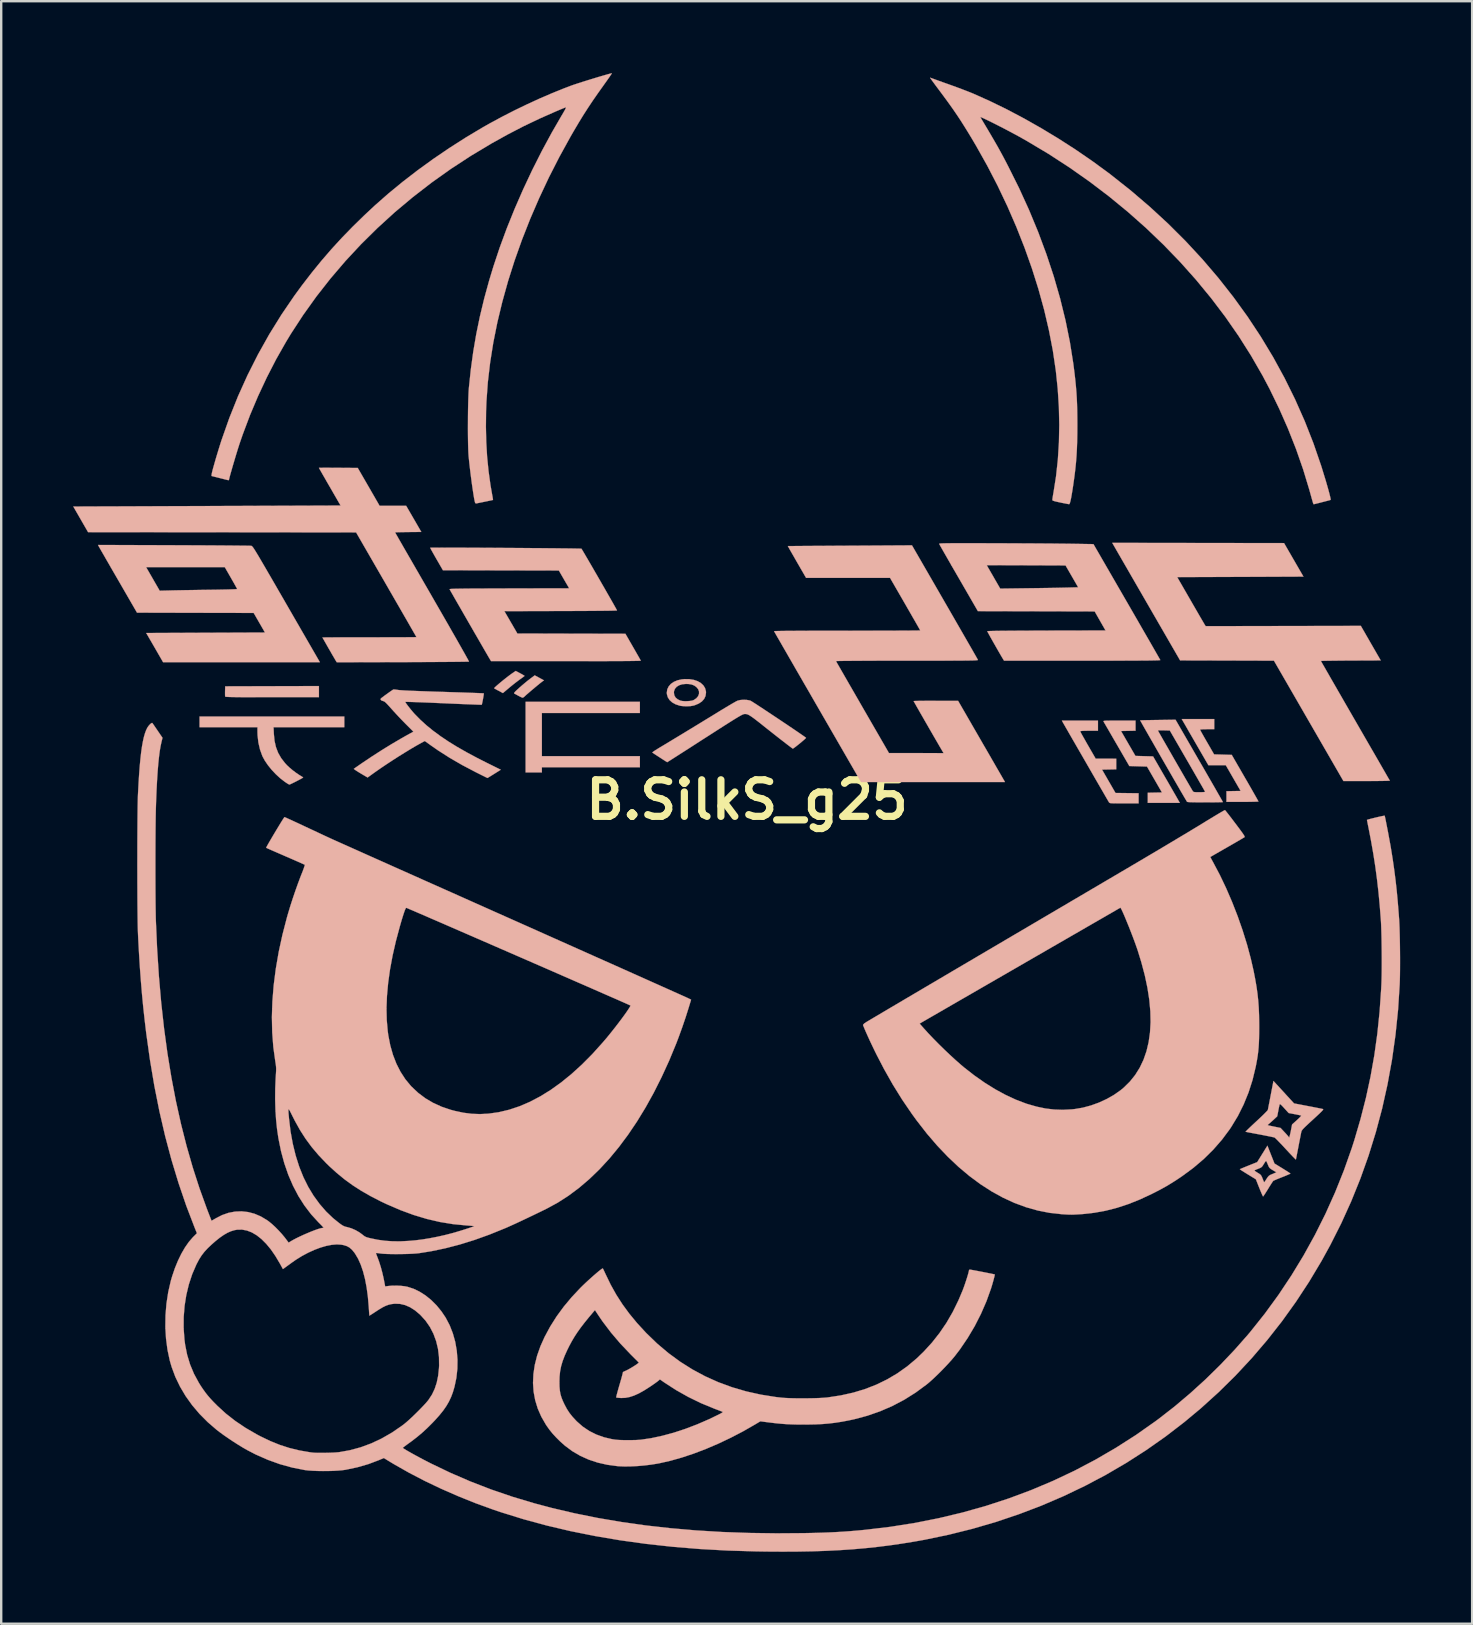
<source format=kicad_pcb>
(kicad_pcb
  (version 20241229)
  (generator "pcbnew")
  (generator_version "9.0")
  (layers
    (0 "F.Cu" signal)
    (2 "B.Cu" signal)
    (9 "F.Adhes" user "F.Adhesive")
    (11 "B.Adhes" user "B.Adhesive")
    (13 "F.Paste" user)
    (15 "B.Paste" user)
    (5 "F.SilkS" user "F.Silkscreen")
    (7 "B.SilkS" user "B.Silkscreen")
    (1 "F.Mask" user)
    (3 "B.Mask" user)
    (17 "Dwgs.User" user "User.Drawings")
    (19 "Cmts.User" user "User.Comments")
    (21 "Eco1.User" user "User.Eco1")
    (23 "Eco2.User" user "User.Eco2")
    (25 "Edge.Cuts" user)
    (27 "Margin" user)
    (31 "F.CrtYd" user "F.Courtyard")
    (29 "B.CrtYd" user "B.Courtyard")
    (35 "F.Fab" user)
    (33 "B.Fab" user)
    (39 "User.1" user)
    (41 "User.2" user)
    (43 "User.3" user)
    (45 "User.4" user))
  (footprint "B.SilkS_g25"
    (layer "F.Cu")
    (at 28.085 30.285)
    (property "Reference" "B.SilkS_g25" (at 0 0 0) (layer "F.SilkS") (effects (font (size 1.524 1.524) (thickness 0.3))))
    (attr through_hole)
    (fp_poly (pts (xy -4.466 -3.619) (xy -8.551 -3.619) (xy -8.551 -1.82) (xy -4.466 -1.82) (xy -4.466 -1.355) (xy -8.551 -1.355) (xy -8.551 -1.143) (xy -9.229 -1.143) (xy -9.229 -4.085) (xy -4.466 -4.085) (xy -4.466 -3.619)) (stroke (width 0.01) (type solid)) (fill yes) (layer "B.SilkS"))
    (fp_poly (pts (xy -17.843 -4.276) (xy -19.791 -4.276) (xy -20.131 -4.276) (xy -20.431 -4.276) (xy -20.694 -4.277) (xy -20.92 -4.277) (xy -21.114 -4.278) (xy -21.277 -4.28) (xy -21.412 -4.282) (xy -21.52 -4.284) (xy -21.604 -4.287) (xy -21.667 -4.29) (xy -21.711 -4.293) (xy -21.737 -4.298) (xy -21.749 -4.302) (xy -21.75 -4.304) (xy -21.754 -4.336) (xy -21.756 -4.4) (xy -21.756 -4.484) (xy -21.755 -4.531) (xy -21.749 -4.731) (xy -17.843 -4.742) (xy -17.843 -4.276)) (stroke (width 0.01) (type solid)) (fill yes) (layer "B.SilkS"))
    (fp_poly (pts (xy -9.456 -5.274) (xy -9.378 -5.231) (xy -9.317 -5.196) (xy -9.28 -5.172) (xy -9.272 -5.165) (xy -9.289 -5.149) (xy -9.333 -5.115) (xy -9.398 -5.068) (xy -9.456 -5.027) (xy -9.538 -4.967) (xy -9.642 -4.888) (xy -9.755 -4.799) (xy -9.867 -4.708) (xy -9.907 -4.675) (xy -10.176 -4.449) (xy -10.353 -4.544) (xy -10.431 -4.586) (xy -10.493 -4.621) (xy -10.532 -4.643) (xy -10.54 -4.649) (xy -10.53 -4.667) (xy -10.491 -4.706) (xy -10.429 -4.762) (xy -10.349 -4.831) (xy -10.256 -4.909) (xy -10.155 -4.992) (xy -10.051 -5.074) (xy -9.95 -5.153) (xy -9.857 -5.222) (xy -9.777 -5.28) (xy -9.768 -5.286) (xy -9.641 -5.372) (xy -9.456 -5.274)) (stroke (width 0.01) (type solid)) (fill yes) (layer "B.SilkS"))
    (fp_poly (pts (xy -8.656 -5.084) (xy -8.463 -4.98) (xy -8.534 -4.93) (xy -8.58 -4.894) (xy -8.65 -4.839) (xy -8.737 -4.768) (xy -8.834 -4.687) (xy -8.935 -4.602) (xy -9.034 -4.518) (xy -9.123 -4.441) (xy -9.198 -4.377) (xy -9.25 -4.329) (xy -9.269 -4.31) (xy -9.313 -4.273) (xy -9.351 -4.256) (xy -9.354 -4.256) (xy -9.388 -4.267) (xy -9.446 -4.293) (xy -9.519 -4.331) (xy -9.536 -4.34) (xy -9.608 -4.38) (xy -9.666 -4.412) (xy -9.701 -4.429) (xy -9.705 -4.431) (xy -9.708 -4.45) (xy -9.686 -4.485) (xy -9.684 -4.487) (xy -9.634 -4.539) (xy -9.558 -4.61) (xy -9.465 -4.694) (xy -9.36 -4.785) (xy -9.251 -4.876) (xy -9.147 -4.962) (xy -9.053 -5.034) (xy -9.047 -5.039) (xy -8.849 -5.188) (xy -8.656 -5.084)) (stroke (width 0.01) (type solid)) (fill yes) (layer "B.SilkS"))
    (fp_poly (pts (xy 16.192 -2.88) (xy 15.89 -2.874) (xy 15.587 -2.868) (xy 15.887 -2.349) (xy 16.187 -1.831) (xy 16.555 -1.82) (xy 16.923 -1.81) (xy 17.424 -0.942) (xy 17.528 -0.763) (xy 17.626 -0.593) (xy 17.717 -0.434) (xy 17.799 -0.292) (xy 17.869 -0.171) (xy 17.924 -0.074) (xy 17.963 -0.006) (xy 17.981 0.026) (xy 18.037 0.127) (xy 16.701 0.127) (xy 16.701 -0.295) (xy 16.996 -0.301) (xy 17.292 -0.307) (xy 16.669 -1.386) (xy 16.301 -1.397) (xy 15.933 -1.408) (xy 15.406 -2.318) (xy 15.301 -2.498) (xy 15.203 -2.668) (xy 15.113 -2.824) (xy 15.033 -2.962) (xy 14.965 -3.078) (xy 14.912 -3.17) (xy 14.876 -3.233) (xy 14.858 -3.263) (xy 14.857 -3.265) (xy 14.854 -3.275) (xy 14.858 -3.283) (xy 14.875 -3.29) (xy 14.908 -3.294) (xy 14.962 -3.298) (xy 15.04 -3.3) (xy 15.147 -3.301) (xy 15.288 -3.302) (xy 15.465 -3.302) (xy 15.514 -3.302) (xy 16.192 -3.302) (xy 16.192 -2.88)) (stroke (width 0.01) (type solid)) (fill yes) (layer "B.SilkS"))
    (fp_poly (pts (xy -16.785 -3.027) (xy -19.734 -3.027) (xy -19.721 -2.746) (xy -19.693 -2.459) (xy -19.634 -2.198) (xy -19.543 -1.959) (xy -19.416 -1.737) (xy -19.253 -1.527) (xy -19.163 -1.431) (xy -19.058 -1.333) (xy -18.932 -1.228) (xy -18.799 -1.128) (xy -18.672 -1.042) (xy -18.605 -1.001) (xy -18.548 -0.967) (xy -18.51 -0.941) (xy -18.5 -0.931) (xy -18.518 -0.917) (xy -18.566 -0.889) (xy -18.636 -0.85) (xy -18.72 -0.806) (xy -18.81 -0.759) (xy -18.899 -0.715) (xy -18.977 -0.677) (xy -19.037 -0.649) (xy -19.071 -0.636) (xy -19.075 -0.636) (xy -19.103 -0.648) (xy -19.157 -0.679) (xy -19.227 -0.725) (xy -19.272 -0.756) (xy -19.46 -0.902) (xy -19.642 -1.07) (xy -19.813 -1.252) (xy -19.966 -1.44) (xy -20.094 -1.627) (xy -20.192 -1.806) (xy -20.202 -1.828) (xy -20.299 -2.097) (xy -20.366 -2.386) (xy -20.4 -2.686) (xy -20.405 -2.831) (xy -20.405 -3.027) (xy -22.818 -3.027) (xy -22.818 -3.471) (xy -16.785 -3.471) (xy -16.785 -3.027)) (stroke (width 0.01) (type solid)) (fill yes) (layer "B.SilkS"))
    (fp_poly (pts (xy 19.473 -2.942) (xy 19.177 -2.942) (xy 19.071 -2.941) (xy 18.981 -2.938) (xy 18.916 -2.933) (xy 18.883 -2.927) (xy 18.881 -2.924) (xy 18.891 -2.902) (xy 18.92 -2.848) (xy 18.964 -2.767) (xy 19.022 -2.665) (xy 19.09 -2.545) (xy 19.166 -2.413) (xy 19.173 -2.401) (xy 19.466 -1.894) (xy 19.834 -1.884) (xy 20.202 -1.873) (xy 20.758 -0.91) (xy 20.865 -0.726) (xy 20.965 -0.552) (xy 21.056 -0.393) (xy 21.136 -0.252) (xy 21.204 -0.132) (xy 21.258 -0.037) (xy 21.294 0.03) (xy 21.313 0.064) (xy 21.315 0.069) (xy 21.294 0.073) (xy 21.237 0.076) (xy 21.147 0.079) (xy 21.03 0.082) (xy 20.891 0.084) (xy 20.735 0.085) (xy 20.648 0.085) (xy 19.981 0.085) (xy 19.981 -0.359) (xy 20.276 -0.365) (xy 20.572 -0.37) (xy 20.263 -0.905) (xy 19.955 -1.439) (xy 19.23 -1.439) (xy 18.732 -2.3) (xy 18.629 -2.479) (xy 18.531 -2.649) (xy 18.44 -2.806) (xy 18.358 -2.948) (xy 18.289 -3.069) (xy 18.233 -3.165) (xy 18.195 -3.232) (xy 18.176 -3.263) (xy 18.118 -3.365) (xy 19.473 -3.365) (xy 19.473 -2.942)) (stroke (width 0.01) (type solid)) (fill yes) (layer "B.SilkS"))
    (fp_poly (pts (xy 14.626 -2.879) (xy 14.256 -2.879) (xy 14.103 -2.877) (xy 13.99 -2.874) (xy 13.917 -2.867) (xy 13.887 -2.859) (xy 13.885 -2.857) (xy 13.896 -2.833) (xy 13.924 -2.778) (xy 13.969 -2.696) (xy 14.028 -2.591) (xy 14.098 -2.468) (xy 14.175 -2.332) (xy 14.208 -2.275) (xy 14.531 -1.715) (xy 14.96 -1.715) (xy 15.388 -1.714) (xy 15.388 -1.271) (xy 14.795 -1.259) (xy 15.076 -0.773) (xy 15.357 -0.286) (xy 16.32 -0.274) (xy 16.32 0.148) (xy 15.717 0.148) (xy 15.541 0.148) (xy 15.404 0.148) (xy 15.299 0.147) (xy 15.221 0.144) (xy 15.167 0.141) (xy 15.132 0.135) (xy 15.109 0.127) (xy 15.096 0.117) (xy 15.086 0.104) (xy 15.083 0.101) (xy 15.069 0.076) (xy 15.035 0.018) (xy 14.983 -0.071) (xy 14.916 -0.187) (xy 14.836 -0.326) (xy 14.743 -0.486) (xy 14.64 -0.664) (xy 14.529 -0.855) (xy 14.412 -1.058) (xy 14.291 -1.268) (xy 14.167 -1.484) (xy 14.042 -1.7) (xy 13.918 -1.915) (xy 13.797 -2.124) (xy 13.681 -2.326) (xy 13.571 -2.516) (xy 13.47 -2.691) (xy 13.38 -2.849) (xy 13.301 -2.985) (xy 13.237 -3.097) (xy 13.188 -3.182) (xy 13.158 -3.236) (xy 13.147 -3.254) (xy 13.122 -3.302) (xy 14.626 -3.302) (xy 14.626 -2.879)) (stroke (width 0.01) (type solid)) (fill yes) (layer "B.SilkS"))
    (fp_poly (pts (xy -2.402 -5.029) (xy -2.22 -5) (xy -2.061 -4.946) (xy -1.928 -4.87) (xy -1.823 -4.774) (xy -1.751 -4.66) (xy -1.714 -4.53) (xy -1.71 -4.466) (xy -1.73 -4.328) (xy -1.788 -4.205) (xy -1.883 -4.099) (xy -2.014 -4.011) (xy -2.177 -3.943) (xy -2.237 -3.926) (xy -2.352 -3.906) (xy -2.491 -3.898) (xy -2.633 -3.901) (xy -2.762 -3.915) (xy -2.805 -3.924) (xy -2.978 -3.981) (xy -3.12 -4.06) (xy -3.229 -4.159) (xy -3.303 -4.275) (xy -3.34 -4.405) (xy -3.344 -4.466) (xy -3.344 -4.468) (xy -3.048 -4.468) (xy -3.031 -4.356) (xy -2.978 -4.263) (xy -2.889 -4.188) (xy -2.778 -4.135) (xy -2.703 -4.119) (xy -2.603 -4.111) (xy -2.491 -4.112) (xy -2.38 -4.12) (xy -2.285 -4.136) (xy -2.223 -4.158) (xy -2.114 -4.231) (xy -2.04 -4.319) (xy -2.002 -4.416) (xy -2.001 -4.515) (xy -2.038 -4.613) (xy -2.114 -4.702) (xy -2.117 -4.705) (xy -2.208 -4.767) (xy -2.312 -4.807) (xy -2.439 -4.827) (xy -2.547 -4.83) (xy -2.699 -4.816) (xy -2.829 -4.775) (xy -2.932 -4.712) (xy -3.005 -4.627) (xy -3.043 -4.526) (xy -3.048 -4.468) (xy -3.344 -4.468) (xy -3.325 -4.603) (xy -3.267 -4.725) (xy -3.176 -4.83) (xy -3.053 -4.916) (xy -2.902 -4.98) (xy -2.725 -5.02) (xy -2.603 -5.032) (xy -2.402 -5.029)) (stroke (width 0.01) (type solid)) (fill yes) (layer "B.SilkS"))
    (fp_poly (pts (xy 22.382 -10.7) (xy 22.786 -10.001) (xy 23.19 -9.303) (xy 20.559 -9.292) (xy 17.929 -9.282) (xy 18.49 -8.308) (xy 18.598 -8.121) (xy 18.701 -7.944) (xy 18.795 -7.78) (xy 18.88 -7.634) (xy 18.953 -7.509) (xy 19.012 -7.408) (xy 19.055 -7.335) (xy 19.079 -7.293) (xy 19.084 -7.286) (xy 19.115 -7.238) (xy 22.348 -7.244) (xy 25.582 -7.25) (xy 25.996 -6.53) (xy 26.411 -5.81) (xy 25.165 -5.805) (xy 24.939 -5.804) (xy 24.727 -5.802) (xy 24.532 -5.8) (xy 24.357 -5.798) (xy 24.206 -5.796) (xy 24.083 -5.794) (xy 23.992 -5.792) (xy 23.936 -5.79) (xy 23.918 -5.788) (xy 23.929 -5.768) (xy 23.959 -5.715) (xy 24.008 -5.628) (xy 24.075 -5.512) (xy 24.158 -5.367) (xy 24.256 -5.196) (xy 24.367 -5.001) (xy 24.492 -4.785) (xy 24.628 -4.548) (xy 24.774 -4.295) (xy 24.929 -4.025) (xy 25.092 -3.743) (xy 25.261 -3.449) (xy 25.35 -3.296) (xy 25.522 -2.997) (xy 25.689 -2.708) (xy 25.848 -2.432) (xy 26 -2.169) (xy 26.142 -1.924) (xy 26.273 -1.697) (xy 26.392 -1.49) (xy 26.498 -1.306) (xy 26.589 -1.148) (xy 26.665 -1.016) (xy 26.724 -0.913) (xy 26.766 -0.842) (xy 26.787 -0.805) (xy 26.79 -0.799) (xy 26.772 -0.796) (xy 26.715 -0.793) (xy 26.624 -0.79) (xy 26.503 -0.788) (xy 26.357 -0.786) (xy 26.189 -0.784) (xy 26.003 -0.783) (xy 25.828 -0.783) (xy 24.856 -0.783) (xy 23.408 -3.291) (xy 21.96 -5.799) (xy 20.005 -5.805) (xy 18.05 -5.81) (xy 16.919 -7.768) (xy 16.759 -8.045) (xy 16.6 -8.32) (xy 16.445 -8.589) (xy 16.294 -8.85) (xy 16.15 -9.099) (xy 16.015 -9.333) (xy 15.891 -9.549) (xy 15.779 -9.743) (xy 15.681 -9.912) (xy 15.599 -10.054) (xy 15.536 -10.164) (xy 15.504 -10.218) (xy 15.221 -10.71) (xy 22.382 -10.7)) (stroke (width 0.01) (type solid)) (fill yes) (layer "B.SilkS"))
    (fp_poly (pts (xy 21.835 14.785) (xy 21.982 15.157) (xy 22.315 15.361) (xy 22.42 15.427) (xy 22.512 15.484) (xy 22.584 15.531) (xy 22.631 15.564) (xy 22.648 15.578) (xy 22.629 15.589) (xy 22.577 15.612) (xy 22.499 15.646) (xy 22.4 15.687) (xy 22.304 15.725) (xy 22.19 15.77) (xy 22.089 15.811) (xy 22.008 15.846) (xy 21.954 15.87) (xy 21.934 15.88) (xy 21.915 15.904) (xy 21.878 15.958) (xy 21.828 16.036) (xy 21.768 16.131) (xy 21.716 16.216) (xy 21.652 16.318) (xy 21.596 16.407) (xy 21.55 16.476) (xy 21.519 16.519) (xy 21.507 16.531) (xy 21.495 16.512) (xy 21.47 16.461) (xy 21.435 16.382) (xy 21.393 16.282) (xy 21.349 16.173) (xy 21.207 15.815) (xy 20.869 15.609) (xy 20.764 15.544) (xy 20.672 15.486) (xy 20.616 15.45) (xy 21.146 15.45) (xy 21.163 15.466) (xy 21.208 15.497) (xy 21.272 15.538) (xy 21.287 15.547) (xy 21.344 15.582) (xy 21.385 15.611) (xy 21.416 15.642) (xy 21.442 15.683) (xy 21.47 15.743) (xy 21.505 15.83) (xy 21.528 15.891) (xy 21.545 15.927) (xy 21.555 15.938) (xy 21.57 15.922) (xy 21.601 15.878) (xy 21.641 15.815) (xy 21.651 15.8) (xy 21.703 15.723) (xy 21.748 15.673) (xy 21.798 15.639) (xy 21.838 15.62) (xy 21.911 15.59) (xy 21.978 15.561) (xy 22 15.551) (xy 22.061 15.523) (xy 21.912 15.435) (xy 21.837 15.389) (xy 21.789 15.351) (xy 21.756 15.311) (xy 21.728 15.254) (xy 21.705 15.198) (xy 21.675 15.127) (xy 21.65 15.074) (xy 21.633 15.05) (xy 21.631 15.05) (xy 21.614 15.066) (xy 21.581 15.111) (xy 21.541 15.174) (xy 21.534 15.185) (xy 21.491 15.255) (xy 21.453 15.3) (xy 21.409 15.332) (xy 21.345 15.361) (xy 21.299 15.379) (xy 21.227 15.408) (xy 21.173 15.432) (xy 21.147 15.448) (xy 21.146 15.45) (xy 20.616 15.45) (xy 20.601 15.44) (xy 20.555 15.408) (xy 20.539 15.395) (xy 20.539 15.395) (xy 20.56 15.385) (xy 20.615 15.362) (xy 20.695 15.328) (xy 20.796 15.287) (xy 20.904 15.243) (xy 21.262 15.1) (xy 21.406 14.868) (xy 21.468 14.768) (xy 21.53 14.669) (xy 21.583 14.583) (xy 21.619 14.525) (xy 21.688 14.413) (xy 21.835 14.785)) (stroke (width 0.01) (type solid)) (fill yes) (layer "B.SilkS"))
    (fp_poly (pts (xy -23.891 -10.611) (xy -23.528 -10.609) (xy -23.175 -10.608) (xy -22.836 -10.606) (xy -22.513 -10.605) (xy -22.207 -10.603) (xy -21.922 -10.601) (xy -21.66 -10.599) (xy -21.423 -10.597) (xy -21.214 -10.595) (xy -21.035 -10.593) (xy -20.888 -10.592) (xy -20.776 -10.59) (xy -20.701 -10.588) (xy -20.666 -10.586) (xy -20.664 -10.586) (xy -20.653 -10.583) (xy -20.64 -10.576) (xy -20.625 -10.564) (xy -20.607 -10.543) (xy -20.584 -10.514) (xy -20.555 -10.472) (xy -20.519 -10.416) (xy -20.474 -10.345) (xy -20.42 -10.255) (xy -20.354 -10.146) (xy -20.277 -10.014) (xy -20.186 -9.859) (xy -20.08 -9.677) (xy -19.958 -9.466) (xy -19.818 -9.226) (xy -19.66 -8.953) (xy -19.483 -8.645) (xy -19.471 -8.625) (xy -19.312 -8.35) (xy -19.155 -8.077) (xy -19 -7.809) (xy -18.851 -7.55) (xy -18.708 -7.304) (xy -18.575 -7.072) (xy -18.452 -6.86) (xy -18.342 -6.669) (xy -18.246 -6.503) (xy -18.166 -6.365) (xy -18.105 -6.258) (xy -18.075 -6.207) (xy -17.803 -5.736) (xy -24.338 -5.736) (xy -24.689 -6.345) (xy -25.041 -6.953) (xy -22.567 -6.964) (xy -20.093 -6.974) (xy -20.328 -7.382) (xy -20.563 -7.789) (xy -22.994 -7.794) (xy -25.425 -7.8) (xy -26.208 -9.155) (xy -26.336 -9.376) (xy -26.458 -9.587) (xy -26.52 -9.694) (xy -25.044 -9.694) (xy -25.004 -9.626) (xy -24.982 -9.587) (xy -24.942 -9.519) (xy -24.889 -9.426) (xy -24.825 -9.316) (xy -24.755 -9.194) (xy -24.722 -9.136) (xy -24.479 -8.715) (xy -23.918 -8.729) (xy -23.778 -8.732) (xy -23.603 -8.735) (xy -23.401 -8.739) (xy -23.178 -8.742) (xy -22.943 -8.746) (xy -22.703 -8.75) (xy -22.465 -8.753) (xy -22.304 -8.755) (xy -22.098 -8.758) (xy -21.905 -8.762) (xy -21.729 -8.765) (xy -21.574 -8.769) (xy -21.446 -8.773) (xy -21.346 -8.777) (xy -21.28 -8.781) (xy -21.252 -8.785) (xy -21.251 -8.785) (xy -21.261 -8.807) (xy -21.29 -8.861) (xy -21.334 -8.941) (xy -21.39 -9.041) (xy -21.457 -9.158) (xy -21.508 -9.248) (xy -21.765 -9.694) (xy -25.044 -9.694) (xy -26.52 -9.694) (xy -26.572 -9.785) (xy -26.678 -9.968) (xy -26.772 -10.132) (xy -26.854 -10.274) (xy -26.922 -10.392) (xy -26.973 -10.482) (xy -27.007 -10.541) (xy -27.02 -10.566) (xy -27.05 -10.622) (xy -23.891 -10.611)) (stroke (width 0.01) (type solid)) (fill yes) (layer "B.SilkS"))
    (fp_poly (pts (xy 18.846 -1.628) (xy 18.989 -1.381) (xy 19.125 -1.145) (xy 19.254 -0.921) (xy 19.374 -0.713) (xy 19.483 -0.523) (xy 19.58 -0.353) (xy 19.663 -0.207) (xy 19.732 -0.087) (xy 19.784 0.004) (xy 19.818 0.065) (xy 19.833 0.092) (xy 19.833 0.094) (xy 19.813 0.097) (xy 19.755 0.099) (xy 19.664 0.101) (xy 19.546 0.103) (xy 19.404 0.105) (xy 19.244 0.106) (xy 19.095 0.106) (xy 18.887 0.105) (xy 18.718 0.104) (xy 18.584 0.102) (xy 18.483 0.099) (xy 18.411 0.095) (xy 18.364 0.09) (xy 18.34 0.083) (xy 18.336 0.079) (xy 18.321 0.055) (xy 18.287 -0.003) (xy 18.235 -0.09) (xy 18.169 -0.204) (xy 18.088 -0.342) (xy 17.997 -0.5) (xy 17.895 -0.676) (xy 17.785 -0.866) (xy 17.669 -1.067) (xy 17.549 -1.276) (xy 17.425 -1.49) (xy 17.301 -1.706) (xy 17.178 -1.921) (xy 17.057 -2.131) (xy 16.941 -2.334) (xy 16.831 -2.526) (xy 16.729 -2.704) (xy 16.637 -2.865) (xy 16.623 -2.889) (xy 17.124 -2.889) (xy 17.134 -2.87) (xy 17.163 -2.818) (xy 17.21 -2.736) (xy 17.271 -2.628) (xy 17.345 -2.498) (xy 17.43 -2.35) (xy 17.524 -2.187) (xy 17.624 -2.013) (xy 17.728 -1.831) (xy 17.835 -1.645) (xy 17.942 -1.458) (xy 18.048 -1.275) (xy 18.15 -1.099) (xy 18.245 -0.933) (xy 18.333 -0.782) (xy 18.411 -0.648) (xy 18.476 -0.535) (xy 18.527 -0.448) (xy 18.562 -0.389) (xy 18.576 -0.365) (xy 18.592 -0.345) (xy 18.613 -0.331) (xy 18.648 -0.323) (xy 18.705 -0.319) (xy 18.793 -0.318) (xy 18.849 -0.318) (xy 18.945 -0.319) (xy 19.023 -0.322) (xy 19.074 -0.327) (xy 19.091 -0.333) (xy 19.081 -0.354) (xy 19.051 -0.408) (xy 19.003 -0.493) (xy 18.939 -0.605) (xy 18.86 -0.742) (xy 18.769 -0.901) (xy 18.667 -1.078) (xy 18.556 -1.271) (xy 18.437 -1.477) (xy 18.355 -1.619) (xy 17.62 -2.889) (xy 17.372 -2.895) (xy 17.275 -2.897) (xy 17.196 -2.896) (xy 17.143 -2.893) (xy 17.124 -2.889) (xy 16.623 -2.889) (xy 16.556 -3.007) (xy 16.489 -3.125) (xy 16.438 -3.217) (xy 16.403 -3.279) (xy 16.387 -3.309) (xy 16.386 -3.311) (xy 16.408 -3.313) (xy 16.468 -3.315) (xy 16.56 -3.318) (xy 16.68 -3.321) (xy 16.823 -3.323) (xy 16.983 -3.326) (xy 17.126 -3.328) (xy 17.859 -3.339) (xy 18.846 -1.628)) (stroke (width 0.01) (type solid)) (fill yes) (layer "B.SilkS"))
    (fp_poly (pts (xy -0.023 -4.166) (xy 0.098 -4.145) (xy 0.144 -4.131) (xy 0.173 -4.115) (xy 0.233 -4.078) (xy 0.321 -4.022) (xy 0.433 -3.949) (xy 0.565 -3.863) (xy 0.713 -3.765) (xy 0.875 -3.658) (xy 1.045 -3.545) (xy 1.221 -3.428) (xy 1.398 -3.31) (xy 1.574 -3.192) (xy 1.744 -3.078) (xy 1.904 -2.97) (xy 2.052 -2.87) (xy 2.182 -2.781) (xy 2.292 -2.705) (xy 2.378 -2.645) (xy 2.435 -2.604) (xy 2.46 -2.585) (xy 2.449 -2.569) (xy 2.411 -2.532) (xy 2.352 -2.48) (xy 2.279 -2.418) (xy 2.199 -2.351) (xy 2.117 -2.285) (xy 2.041 -2.225) (xy 1.976 -2.176) (xy 1.929 -2.143) (xy 1.908 -2.133) (xy 1.907 -2.133) (xy 1.883 -2.149) (xy 1.829 -2.189) (xy 1.751 -2.248) (xy 1.651 -2.324) (xy 1.534 -2.415) (xy 1.404 -2.515) (xy 1.265 -2.624) (xy 1.121 -2.737) (xy 0.977 -2.851) (xy 0.835 -2.963) (xy 0.7 -3.07) (xy 0.699 -3.071) (xy 0.533 -3.204) (xy 0.395 -3.311) (xy 0.283 -3.397) (xy 0.192 -3.462) (xy 0.119 -3.51) (xy 0.06 -3.543) (xy 0.011 -3.564) (xy -0.031 -3.574) (xy -0.068 -3.577) (xy -0.087 -3.577) (xy -0.105 -3.576) (xy -0.125 -3.573) (xy -0.147 -3.567) (xy -0.175 -3.556) (xy -0.21 -3.541) (xy -0.254 -3.518) (xy -0.308 -3.488) (xy -0.376 -3.448) (xy -0.458 -3.399) (xy -0.557 -3.338) (xy -0.675 -3.264) (xy -0.813 -3.177) (xy -0.974 -3.075) (xy -1.159 -2.957) (xy -1.37 -2.821) (xy -1.61 -2.667) (xy -1.881 -2.494) (xy -2.183 -2.299) (xy -2.439 -2.134) (xy -2.613 -2.023) (xy -2.776 -1.919) (xy -2.924 -1.824) (xy -3.054 -1.741) (xy -3.163 -1.671) (xy -3.247 -1.618) (xy -3.303 -1.583) (xy -3.328 -1.568) (xy -3.328 -1.568) (xy -3.347 -1.58) (xy -3.395 -1.61) (xy -3.467 -1.656) (xy -3.557 -1.714) (xy -3.634 -1.764) (xy -3.734 -1.829) (xy -3.822 -1.886) (xy -3.891 -1.932) (xy -3.935 -1.962) (xy -3.948 -1.972) (xy -3.935 -1.987) (xy -3.892 -2.019) (xy -3.823 -2.065) (xy -3.735 -2.12) (xy -3.669 -2.161) (xy -3.388 -2.329) (xy -3.081 -2.515) (xy -2.756 -2.711) (xy -2.422 -2.914) (xy -2.09 -3.116) (xy -1.768 -3.313) (xy -1.464 -3.498) (xy -1.238 -3.637) (xy -1.074 -3.738) (xy -0.918 -3.832) (xy -0.774 -3.918) (xy -0.646 -3.994) (xy -0.539 -4.055) (xy -0.458 -4.101) (xy -0.407 -4.127) (xy -0.397 -4.131) (xy -0.288 -4.159) (xy -0.158 -4.17) (xy -0.023 -4.166)) (stroke (width 0.01) (type solid)) (fill yes) (layer "B.SilkS"))
    (fp_poly (pts (xy 9.363 -10.695) (xy 9.656 -10.695) (xy 9.986 -10.694) (xy 10.291 -10.693) (xy 10.623 -10.692) (xy 10.958 -10.691) (xy 11.293 -10.689) (xy 11.624 -10.688) (xy 11.945 -10.686) (xy 12.253 -10.684) (xy 12.542 -10.682) (xy 12.81 -10.68) (xy 13.051 -10.677) (xy 13.26 -10.675) (xy 13.434 -10.673) (xy 13.511 -10.672) (xy 14.438 -10.657) (xy 15.826 -8.255) (xy 15.996 -7.961) (xy 16.16 -7.677) (xy 16.317 -7.405) (xy 16.465 -7.147) (xy 16.604 -6.906) (xy 16.733 -6.683) (xy 16.849 -6.481) (xy 16.952 -6.302) (xy 17.04 -6.148) (xy 17.112 -6.022) (xy 17.168 -5.925) (xy 17.205 -5.86) (xy 17.223 -5.829) (xy 17.224 -5.826) (xy 17.218 -5.822) (xy 17.195 -5.819) (xy 17.155 -5.816) (xy 17.096 -5.813) (xy 17.015 -5.811) (xy 16.911 -5.809) (xy 16.782 -5.807) (xy 16.628 -5.805) (xy 16.445 -5.804) (xy 16.233 -5.803) (xy 15.989 -5.802) (xy 15.712 -5.801) (xy 15.401 -5.801) (xy 15.054 -5.8) (xy 14.668 -5.8) (xy 14.243 -5.8) (xy 13.973 -5.8) (xy 10.711 -5.8) (xy 10.682 -5.847) (xy 10.647 -5.905) (xy 10.598 -5.987) (xy 10.538 -6.09) (xy 10.471 -6.206) (xy 10.399 -6.332) (xy 10.325 -6.462) (xy 10.252 -6.59) (xy 10.184 -6.711) (xy 10.123 -6.82) (xy 10.073 -6.911) (xy 10.036 -6.979) (xy 10.015 -7.019) (xy 10.012 -7.026) (xy 10.03 -7.03) (xy 10.086 -7.034) (xy 10.18 -7.037) (xy 10.312 -7.04) (xy 10.483 -7.043) (xy 10.693 -7.045) (xy 10.943 -7.047) (xy 11.234 -7.049) (xy 11.565 -7.051) (xy 11.937 -7.052) (xy 12.351 -7.053) (xy 12.476 -7.054) (xy 14.941 -7.059) (xy 14.715 -7.455) (xy 14.489 -7.851) (xy 12.055 -7.857) (xy 9.621 -7.863) (xy 8.82 -9.25) (xy 8.691 -9.473) (xy 8.568 -9.685) (xy 8.514 -9.779) (xy 9.99 -9.779) (xy 10.048 -9.678) (xy 10.077 -9.628) (xy 10.122 -9.55) (xy 10.18 -9.449) (xy 10.247 -9.334) (xy 10.317 -9.211) (xy 10.329 -9.19) (xy 10.552 -8.803) (xy 11.695 -8.818) (xy 11.93 -8.821) (xy 12.169 -8.824) (xy 12.404 -8.828) (xy 12.629 -8.831) (xy 12.838 -8.835) (xy 13.025 -8.839) (xy 13.183 -8.842) (xy 13.306 -8.845) (xy 13.319 -8.845) (xy 13.8 -8.858) (xy 13.538 -9.313) (xy 13.275 -9.768) (xy 11.632 -9.774) (xy 9.99 -9.779) (xy 8.514 -9.779) (xy 8.454 -9.884) (xy 8.348 -10.068) (xy 8.254 -10.232) (xy 8.173 -10.374) (xy 8.106 -10.492) (xy 8.055 -10.582) (xy 8.022 -10.641) (xy 8.008 -10.667) (xy 8.008 -10.668) (xy 8.01 -10.673) (xy 8.021 -10.677) (xy 8.043 -10.681) (xy 8.078 -10.685) (xy 8.128 -10.688) (xy 8.197 -10.69) (xy 8.285 -10.692) (xy 8.396 -10.693) (xy 8.531 -10.695) (xy 8.693 -10.695) (xy 8.884 -10.696) (xy 9.107 -10.696) (xy 9.363 -10.695)) (stroke (width 0.01) (type solid)) (fill yes) (layer "B.SilkS"))
    (fp_poly (pts (xy -12.531 -10.51) (xy -12.314 -10.51) (xy -12.075 -10.509) (xy -11.815 -10.509) (xy -11.54 -10.507) (xy -11.25 -10.506) (xy -10.949 -10.505) (xy -10.641 -10.503) (xy -10.327 -10.501) (xy -10.01 -10.499) (xy -9.694 -10.497) (xy -9.381 -10.495) (xy -9.074 -10.492) (xy -8.777 -10.49) (xy -8.49 -10.488) (xy -8.219 -10.485) (xy -7.965 -10.483) (xy -7.731 -10.48) (xy -7.521 -10.478) (xy -7.336 -10.476) (xy -7.18 -10.473) (xy -7.056 -10.471) (xy -6.966 -10.469) (xy -6.914 -10.467) (xy -6.901 -10.466) (xy -6.887 -10.444) (xy -6.853 -10.388) (xy -6.803 -10.304) (xy -6.739 -10.194) (xy -6.661 -10.062) (xy -6.574 -9.912) (xy -6.478 -9.747) (xy -6.376 -9.57) (xy -6.269 -9.386) (xy -6.161 -9.198) (xy -6.053 -9.01) (xy -5.946 -8.825) (xy -5.844 -8.647) (xy -5.748 -8.479) (xy -5.66 -8.325) (xy -5.583 -8.19) (xy -5.518 -8.075) (xy -5.468 -7.985) (xy -5.434 -7.924) (xy -5.419 -7.895) (xy -5.419 -7.893) (xy -5.44 -7.891) (xy -5.501 -7.888) (xy -5.6 -7.885) (xy -5.736 -7.882) (xy -5.907 -7.88) (xy -6.11 -7.878) (xy -6.344 -7.876) (xy -6.606 -7.874) (xy -6.894 -7.872) (xy -7.208 -7.871) (xy -7.544 -7.869) (xy -7.766 -7.869) (xy -10.113 -7.863) (xy -9.843 -7.398) (xy -9.572 -6.932) (xy -7.321 -6.926) (xy -5.069 -6.921) (xy -4.752 -6.37) (xy -4.672 -6.231) (xy -4.599 -6.103) (xy -4.535 -5.992) (xy -4.484 -5.902) (xy -4.448 -5.837) (xy -4.429 -5.803) (xy -4.427 -5.799) (xy -4.447 -5.796) (xy -4.509 -5.793) (xy -4.611 -5.791) (xy -4.752 -5.788) (xy -4.932 -5.786) (xy -5.15 -5.784) (xy -5.404 -5.783) (xy -5.694 -5.782) (xy -6.019 -5.78) (xy -6.378 -5.78) (xy -6.77 -5.779) (xy -7.194 -5.779) (xy -7.544 -5.779) (xy -10.667 -5.779) (xy -10.698 -5.826) (xy -10.715 -5.856) (xy -10.752 -5.918) (xy -10.805 -6.009) (xy -10.873 -6.126) (xy -10.954 -6.266) (xy -11.045 -6.424) (xy -11.146 -6.598) (xy -11.253 -6.784) (xy -11.366 -6.979) (xy -11.481 -7.179) (xy -11.598 -7.381) (xy -11.713 -7.582) (xy -11.826 -7.778) (xy -11.934 -7.967) (xy -12.036 -8.143) (xy -12.129 -8.305) (xy -12.211 -8.448) (xy -12.28 -8.57) (xy -12.336 -8.667) (xy -12.374 -8.735) (xy -12.394 -8.771) (xy -12.397 -8.776) (xy -12.393 -8.781) (xy -12.378 -8.785) (xy -12.348 -8.788) (xy -12.302 -8.792) (xy -12.237 -8.794) (xy -12.152 -8.797) (xy -12.044 -8.799) (xy -11.912 -8.801) (xy -11.753 -8.803) (xy -11.566 -8.805) (xy -11.347 -8.806) (xy -11.096 -8.807) (xy -10.81 -8.808) (xy -10.486 -8.809) (xy -10.124 -8.81) (xy -9.911 -8.811) (xy -7.414 -8.816) (xy -7.629 -9.186) (xy -7.843 -9.557) (xy -10.259 -9.562) (xy -12.675 -9.568) (xy -12.944 -10.034) (xy -13.017 -10.161) (xy -13.081 -10.275) (xy -13.135 -10.371) (xy -13.175 -10.445) (xy -13.2 -10.492) (xy -13.205 -10.506) (xy -13.182 -10.508) (xy -13.119 -10.509) (xy -13.02 -10.51) (xy -12.887 -10.51) (xy -12.723 -10.511) (xy -12.531 -10.51)) (stroke (width 0.01) (type solid)) (fill yes) (layer "B.SilkS"))
    (fp_poly (pts (xy 22.799 12.653) (xy 23.375 12.763) (xy 23.528 12.792) (xy 23.669 12.82) (xy 23.792 12.844) (xy 23.893 12.864) (xy 23.963 12.879) (xy 23.998 12.887) (xy 23.999 12.887) (xy 24.011 12.894) (xy 24.012 12.906) (xy 24.001 12.927) (xy 23.973 12.96) (xy 23.927 13.007) (xy 23.86 13.073) (xy 23.768 13.159) (xy 23.649 13.269) (xy 23.583 13.33) (xy 23.45 13.452) (xy 23.345 13.55) (xy 23.264 13.626) (xy 23.205 13.685) (xy 23.162 13.731) (xy 23.134 13.768) (xy 23.115 13.798) (xy 23.104 13.827) (xy 23.097 13.858) (xy 23.094 13.87) (xy 23.084 13.922) (xy 23.067 14.009) (xy 23.045 14.122) (xy 23.019 14.254) (xy 22.991 14.398) (xy 22.976 14.478) (xy 22.949 14.618) (xy 22.924 14.744) (xy 22.904 14.851) (xy 22.888 14.931) (xy 22.878 14.98) (xy 22.875 14.992) (xy 22.86 14.981) (xy 22.82 14.943) (xy 22.759 14.881) (xy 22.68 14.798) (xy 22.587 14.699) (xy 22.483 14.587) (xy 22.45 14.552) (xy 22.342 14.434) (xy 22.24 14.327) (xy 22.15 14.233) (xy 22.076 14.158) (xy 22.021 14.104) (xy 21.989 14.077) (xy 21.985 14.075) (xy 21.953 14.066) (xy 21.885 14.051) (xy 21.787 14.03) (xy 21.665 14.006) (xy 21.525 13.978) (xy 21.373 13.949) (xy 21.368 13.948) (xy 21.217 13.92) (xy 21.08 13.894) (xy 20.962 13.872) (xy 20.869 13.854) (xy 20.806 13.841) (xy 20.778 13.836) (xy 20.778 13.836) (xy 20.788 13.821) (xy 20.826 13.781) (xy 20.888 13.72) (xy 20.971 13.64) (xy 21.057 13.559) (xy 21.701 13.559) (xy 21.702 13.56) (xy 21.724 13.567) (xy 21.78 13.58) (xy 21.862 13.598) (xy 21.96 13.618) (xy 21.973 13.621) (xy 22.236 13.675) (xy 22.409 13.859) (xy 22.477 13.933) (xy 22.532 13.996) (xy 22.57 14.043) (xy 22.584 14.065) (xy 22.591 14.079) (xy 22.603 14.055) (xy 22.62 13.998) (xy 22.641 13.911) (xy 22.665 13.798) (xy 22.669 13.777) (xy 22.716 13.531) (xy 22.913 13.354) (xy 22.987 13.285) (xy 23.045 13.227) (xy 23.084 13.185) (xy 23.097 13.164) (xy 23.096 13.163) (xy 23.071 13.154) (xy 23.013 13.139) (xy 22.93 13.122) (xy 22.832 13.102) (xy 22.828 13.102) (xy 22.574 13.054) (xy 22.394 12.856) (xy 22.318 12.773) (xy 22.265 12.72) (xy 22.23 12.691) (xy 22.209 12.685) (xy 22.199 12.695) (xy 22.189 12.73) (xy 22.174 12.797) (xy 22.156 12.884) (xy 22.141 12.962) (xy 22.097 13.192) (xy 21.948 13.331) (xy 21.876 13.396) (xy 21.81 13.455) (xy 21.761 13.498) (xy 21.746 13.51) (xy 21.712 13.541) (xy 21.701 13.559) (xy 21.057 13.559) (xy 21.07 13.547) (xy 21.182 13.442) (xy 21.228 13.4) (xy 21.346 13.29) (xy 21.454 13.188) (xy 21.548 13.096) (xy 21.623 13.02) (xy 21.677 12.964) (xy 21.704 12.93) (xy 21.706 12.925) (xy 21.713 12.893) (xy 21.726 12.825) (xy 21.745 12.727) (xy 21.769 12.606) (xy 21.796 12.466) (xy 21.825 12.313) (xy 21.828 12.298) (xy 21.94 11.717) (xy 22.799 12.653)) (stroke (width 0.01) (type solid)) (fill yes) (layer "B.SilkS"))
    (fp_poly (pts (xy -14.653 -4.595) (xy -14.575 -4.584) (xy -14.552 -4.58) (xy -14.493 -4.573) (xy -14.393 -4.566) (xy -14.252 -4.557) (xy -14.07 -4.548) (xy -13.847 -4.539) (xy -13.583 -4.529) (xy -13.277 -4.518) (xy -12.929 -4.506) (xy -12.681 -4.499) (xy -12.417 -4.49) (xy -12.165 -4.482) (xy -11.928 -4.475) (xy -11.71 -4.467) (xy -11.514 -4.46) (xy -11.344 -4.454) (xy -11.201 -4.449) (xy -11.09 -4.444) (xy -11.014 -4.441) (xy -10.975 -4.438) (xy -10.971 -4.437) (xy -10.971 -4.414) (xy -10.978 -4.361) (xy -10.99 -4.286) (xy -11.005 -4.201) (xy -11.021 -4.116) (xy -11.037 -4.041) (xy -11.049 -3.987) (xy -11.058 -3.964) (xy -11.08 -3.963) (xy -11.141 -3.964) (xy -11.238 -3.967) (xy -11.367 -3.972) (xy -11.525 -3.978) (xy -11.71 -3.985) (xy -11.916 -3.993) (xy -12.142 -4.003) (xy -12.384 -4.013) (xy -12.639 -4.024) (xy -12.656 -4.025) (xy -12.911 -4.036) (xy -13.154 -4.047) (xy -13.38 -4.056) (xy -13.587 -4.064) (xy -13.772 -4.071) (xy -13.931 -4.076) (xy -14.061 -4.08) (xy -14.159 -4.083) (xy -14.222 -4.083) (xy -14.245 -4.082) (xy -14.245 -4.082) (xy -14.232 -4.055) (xy -14.197 -4.003) (xy -14.145 -3.932) (xy -14.081 -3.85) (xy -14.011 -3.762) (xy -13.939 -3.677) (xy -13.872 -3.599) (xy -13.847 -3.572) (xy -13.615 -3.336) (xy -13.361 -3.105) (xy -13.083 -2.879) (xy -12.779 -2.655) (xy -12.446 -2.431) (xy -12.081 -2.206) (xy -11.681 -1.978) (xy -11.245 -1.745) (xy -10.873 -1.556) (xy -10.263 -1.254) (xy -10.537 -1.082) (xy -10.632 -1.023) (xy -10.714 -0.972) (xy -10.776 -0.934) (xy -10.812 -0.913) (xy -10.819 -0.91) (xy -10.839 -0.919) (xy -10.892 -0.945) (xy -10.972 -0.985) (xy -11.075 -1.036) (xy -11.195 -1.096) (xy -11.303 -1.15) (xy -11.868 -1.447) (xy -12.392 -1.75) (xy -12.879 -2.061) (xy -13.197 -2.283) (xy -13.43 -2.451) (xy -13.589 -2.365) (xy -13.785 -2.256) (xy -14.007 -2.126) (xy -14.248 -1.979) (xy -14.501 -1.822) (xy -14.757 -1.658) (xy -15.01 -1.492) (xy -15.252 -1.329) (xy -15.475 -1.174) (xy -15.554 -1.118) (xy -15.814 -0.93) (xy -16.109 -1.104) (xy -16.207 -1.164) (xy -16.289 -1.216) (xy -16.35 -1.258) (xy -16.384 -1.284) (xy -16.388 -1.293) (xy -16.366 -1.308) (xy -16.316 -1.344) (xy -16.242 -1.395) (xy -16.151 -1.458) (xy -16.066 -1.517) (xy -15.652 -1.795) (xy -15.231 -2.066) (xy -14.812 -2.324) (xy -14.407 -2.562) (xy -14.166 -2.698) (xy -13.906 -2.841) (xy -14.227 -3.162) (xy -14.347 -3.284) (xy -14.479 -3.422) (xy -14.612 -3.564) (xy -14.735 -3.698) (xy -14.819 -3.792) (xy -14.918 -3.903) (xy -14.994 -3.985) (xy -15.052 -4.044) (xy -15.096 -4.082) (xy -15.131 -4.104) (xy -15.162 -4.115) (xy -15.164 -4.115) (xy -15.233 -4.138) (xy -15.27 -4.171) (xy -15.269 -4.21) (xy -15.261 -4.223) (xy -15.237 -4.244) (xy -15.186 -4.283) (xy -15.116 -4.336) (xy -15.034 -4.395) (xy -14.949 -4.456) (xy -14.869 -4.513) (xy -14.8 -4.56) (xy -14.752 -4.592) (xy -14.743 -4.598) (xy -14.713 -4.6) (xy -14.653 -4.595)) (stroke (width 0.01) (type solid)) (fill yes) (layer "B.SilkS"))
    (fp_poly (pts (xy -17.41 -13.84) (xy -17.246 -13.839) (xy -17.068 -13.838) (xy -17.034 -13.838) (xy -16.224 -13.832) (xy -15.769 -13.044) (xy -15.314 -12.255) (xy -14.207 -12.255) (xy -13.891 -11.71) (xy -13.576 -11.165) (xy -14.122 -11.16) (xy -14.269 -11.158) (xy -14.401 -11.156) (xy -14.513 -11.153) (xy -14.598 -11.151) (xy -14.652 -11.148) (xy -14.668 -11.146) (xy -14.658 -11.127) (xy -14.628 -11.073) (xy -14.578 -10.987) (xy -14.512 -10.87) (xy -14.428 -10.725) (xy -14.33 -10.553) (xy -14.217 -10.357) (xy -14.091 -10.139) (xy -13.953 -9.9) (xy -13.805 -9.643) (xy -13.647 -9.369) (xy -13.481 -9.081) (xy -13.308 -8.782) (xy -13.129 -8.471) (xy -13.121 -8.457) (xy -12.942 -8.146) (xy -12.769 -7.846) (xy -12.603 -7.557) (xy -12.445 -7.283) (xy -12.298 -7.024) (xy -12.16 -6.784) (xy -12.035 -6.564) (xy -11.923 -6.367) (xy -11.825 -6.193) (xy -11.742 -6.046) (xy -11.676 -5.927) (xy -11.627 -5.839) (xy -11.598 -5.783) (xy -11.588 -5.762) (xy -11.588 -5.762) (xy -11.611 -5.76) (xy -11.673 -5.758) (xy -11.773 -5.756) (xy -11.907 -5.754) (xy -12.074 -5.752) (xy -12.271 -5.75) (xy -12.495 -5.748) (xy -12.744 -5.746) (xy -13.015 -5.745) (xy -13.306 -5.743) (xy -13.614 -5.742) (xy -13.937 -5.74) (xy -14.272 -5.739) (xy -14.351 -5.739) (xy -17.099 -5.732) (xy -17.13 -5.781) (xy -17.152 -5.818) (xy -17.19 -5.883) (xy -17.24 -5.969) (xy -17.3 -6.071) (xy -17.364 -6.184) (xy -17.432 -6.3) (xy -17.498 -6.416) (xy -17.559 -6.524) (xy -17.613 -6.618) (xy -17.656 -6.694) (xy -17.685 -6.745) (xy -17.695 -6.766) (xy -17.695 -6.766) (xy -17.675 -6.767) (xy -17.615 -6.768) (xy -17.518 -6.769) (xy -17.388 -6.77) (xy -17.228 -6.771) (xy -17.039 -6.771) (xy -16.827 -6.772) (xy -16.592 -6.773) (xy -16.339 -6.773) (xy -16.07 -6.773) (xy -15.788 -6.773) (xy -15.737 -6.773) (xy -15.454 -6.773) (xy -15.182 -6.774) (xy -14.926 -6.774) (xy -14.688 -6.775) (xy -14.471 -6.775) (xy -14.278 -6.776) (xy -14.113 -6.777) (xy -13.977 -6.778) (xy -13.875 -6.779) (xy -13.808 -6.78) (xy -13.78 -6.782) (xy -13.78 -6.782) (xy -13.79 -6.801) (xy -13.82 -6.854) (xy -13.869 -6.94) (xy -13.935 -7.055) (xy -14.017 -7.198) (xy -14.114 -7.367) (xy -14.224 -7.558) (xy -14.346 -7.77) (xy -14.479 -8.001) (xy -14.622 -8.248) (xy -14.772 -8.509) (xy -14.93 -8.782) (xy -15.036 -8.967) (xy -16.293 -11.144) (xy -21.879 -11.15) (xy -27.464 -11.155) (xy -27.772 -11.689) (xy -28.08 -12.224) (xy -26.523 -12.23) (xy -26.335 -12.23) (xy -26.107 -12.231) (xy -25.843 -12.232) (xy -25.547 -12.233) (xy -25.222 -12.235) (xy -24.871 -12.236) (xy -24.497 -12.237) (xy -24.104 -12.239) (xy -23.694 -12.24) (xy -23.272 -12.242) (xy -22.839 -12.244) (xy -22.401 -12.245) (xy -21.96 -12.247) (xy -21.518 -12.249) (xy -21.08 -12.25) (xy -20.954 -12.251) (xy -16.941 -12.266) (xy -17.392 -13.048) (xy -17.488 -13.213) (xy -17.576 -13.367) (xy -17.656 -13.506) (xy -17.724 -13.625) (xy -17.779 -13.721) (xy -17.818 -13.791) (xy -17.84 -13.829) (xy -17.843 -13.836) (xy -17.823 -13.838) (xy -17.765 -13.839) (xy -17.674 -13.84) (xy -17.554 -13.84) (xy -17.41 -13.84)) (stroke (width 0.01) (type solid)) (fill yes) (layer "B.SilkS"))
    (fp_poly (pts (xy 8.241 -8.238) (xy 8.41 -7.946) (xy 8.573 -7.663) (xy 8.728 -7.393) (xy 8.876 -7.137) (xy 9.014 -6.897) (xy 9.141 -6.676) (xy 9.256 -6.476) (xy 9.358 -6.299) (xy 9.445 -6.147) (xy 9.516 -6.023) (xy 9.57 -5.928) (xy 9.605 -5.865) (xy 9.621 -5.836) (xy 9.622 -5.834) (xy 9.622 -5.83) (xy 9.615 -5.825) (xy 9.601 -5.821) (xy 9.577 -5.818) (xy 9.54 -5.815) (xy 9.489 -5.812) (xy 9.423 -5.809) (xy 9.338 -5.807) (xy 9.233 -5.806) (xy 9.105 -5.804) (xy 8.954 -5.803) (xy 8.776 -5.802) (xy 8.57 -5.801) (xy 8.333 -5.801) (xy 8.064 -5.8) (xy 7.761 -5.8) (xy 7.421 -5.8) (xy 7.042 -5.8) (xy 6.668 -5.8) (xy 6.301 -5.8) (xy 5.95 -5.799) (xy 5.616 -5.799) (xy 5.302 -5.798) (xy 5.01 -5.797) (xy 4.741 -5.795) (xy 4.499 -5.794) (xy 4.284 -5.792) (xy 4.1 -5.791) (xy 3.949 -5.789) (xy 3.833 -5.787) (xy 3.753 -5.785) (xy 3.713 -5.782) (xy 3.708 -5.781) (xy 3.719 -5.761) (xy 3.75 -5.706) (xy 3.8 -5.619) (xy 3.866 -5.504) (xy 3.948 -5.361) (xy 4.044 -5.194) (xy 4.153 -5.004) (xy 4.273 -4.795) (xy 4.404 -4.569) (xy 4.542 -4.329) (xy 4.688 -4.076) (xy 4.815 -3.855) (xy 5.916 -1.948) (xy 7.053 -1.948) (xy 8.191 -1.947) (xy 8.088 -2.122) (xy 8.031 -2.219) (xy 7.962 -2.339) (xy 7.882 -2.476) (xy 7.794 -2.628) (xy 7.7 -2.791) (xy 7.603 -2.959) (xy 7.505 -3.13) (xy 7.407 -3.299) (xy 7.314 -3.462) (xy 7.225 -3.616) (xy 7.145 -3.757) (xy 7.075 -3.879) (xy 7.018 -3.981) (xy 6.975 -4.056) (xy 6.949 -4.103) (xy 6.943 -4.116) (xy 6.963 -4.118) (xy 7.022 -4.121) (xy 7.114 -4.123) (xy 7.236 -4.124) (xy 7.383 -4.126) (xy 7.55 -4.127) (xy 7.735 -4.127) (xy 7.869 -4.128) (xy 8.796 -4.128) (xy 9.471 -2.958) (xy 9.6 -2.735) (xy 9.731 -2.508) (xy 9.861 -2.283) (xy 9.988 -2.064) (xy 10.108 -1.856) (xy 10.218 -1.665) (xy 10.315 -1.497) (xy 10.396 -1.355) (xy 10.449 -1.265) (xy 10.751 -0.741) (xy 7.751 -0.741) (xy 4.752 -0.741) (xy 2.942 -3.875) (xy 2.748 -4.211) (xy 2.56 -4.538) (xy 2.378 -4.852) (xy 2.204 -5.154) (xy 2.039 -5.439) (xy 1.885 -5.708) (xy 1.741 -5.957) (xy 1.61 -6.185) (xy 1.492 -6.389) (xy 1.389 -6.569) (xy 1.301 -6.722) (xy 1.229 -6.846) (xy 1.176 -6.94) (xy 1.141 -7.001) (xy 1.126 -7.028) (xy 1.125 -7.029) (xy 1.145 -7.031) (xy 1.206 -7.034) (xy 1.307 -7.036) (xy 1.446 -7.039) (xy 1.623 -7.041) (xy 1.835 -7.042) (xy 2.082 -7.044) (xy 2.362 -7.045) (xy 2.674 -7.047) (xy 3.017 -7.047) (xy 3.389 -7.048) (xy 3.79 -7.048) (xy 4.168 -7.048) (xy 4.524 -7.049) (xy 4.868 -7.049) (xy 5.198 -7.049) (xy 5.511 -7.05) (xy 5.805 -7.05) (xy 6.079 -7.051) (xy 6.328 -7.052) (xy 6.552 -7.053) (xy 6.748 -7.054) (xy 6.912 -7.055) (xy 7.044 -7.056) (xy 7.141 -7.058) (xy 7.199 -7.059) (xy 7.218 -7.06) (xy 7.208 -7.08) (xy 7.178 -7.133) (xy 7.131 -7.217) (xy 7.068 -7.327) (xy 6.991 -7.462) (xy 6.902 -7.616) (xy 6.804 -7.788) (xy 6.696 -7.974) (xy 6.589 -8.161) (xy 5.96 -9.25) (xy 2.461 -9.25) (xy 2.079 -9.911) (xy 1.992 -10.063) (xy 1.912 -10.203) (xy 1.841 -10.326) (xy 1.782 -10.429) (xy 1.738 -10.508) (xy 1.71 -10.558) (xy 1.701 -10.575) (xy 1.722 -10.576) (xy 1.783 -10.576) (xy 1.881 -10.577) (xy 2.014 -10.578) (xy 2.178 -10.579) (xy 2.373 -10.581) (xy 2.594 -10.582) (xy 2.839 -10.584) (xy 3.107 -10.585) (xy 3.393 -10.587) (xy 3.697 -10.589) (xy 4.014 -10.591) (xy 4.289 -10.592) (xy 6.874 -10.607) (xy 8.241 -8.238)) (stroke (width 0.01) (type solid)) (fill yes) (layer "B.SilkS"))
    (fp_poly (pts (xy 7.651 -30.092) (xy 7.686 -30.079) (xy 7.718 -30.067) (xy 7.784 -30.043) (xy 7.88 -30.008) (xy 8.001 -29.964) (xy 8.141 -29.914) (xy 8.296 -29.859) (xy 8.403 -29.821) (xy 8.584 -29.756) (xy 8.77 -29.688) (xy 8.954 -29.619) (xy 9.126 -29.553) (xy 9.278 -29.494) (xy 9.401 -29.444) (xy 9.43 -29.432) (xy 10.128 -29.119) (xy 10.838 -28.772) (xy 11.555 -28.393) (xy 12.273 -27.986) (xy 12.986 -27.555) (xy 13.689 -27.103) (xy 14.375 -26.632) (xy 15.038 -26.148) (xy 15.155 -26.059) (xy 15.991 -25.397) (xy 16.791 -24.712) (xy 17.558 -24.005) (xy 18.289 -23.275) (xy 18.985 -22.523) (xy 19.645 -21.75) (xy 20.269 -20.956) (xy 20.858 -20.142) (xy 21.409 -19.308) (xy 21.924 -18.455) (xy 22.401 -17.582) (xy 22.841 -16.691) (xy 23.244 -15.782) (xy 23.608 -14.855) (xy 23.933 -13.91) (xy 24.116 -13.314) (xy 24.18 -13.093) (xy 24.233 -12.905) (xy 24.274 -12.751) (xy 24.303 -12.633) (xy 24.321 -12.551) (xy 24.325 -12.507) (xy 24.323 -12.5) (xy 24.299 -12.493) (xy 24.243 -12.477) (xy 24.162 -12.456) (xy 24.065 -12.431) (xy 23.96 -12.404) (xy 23.856 -12.377) (xy 23.761 -12.353) (xy 23.684 -12.334) (xy 23.632 -12.322) (xy 23.614 -12.319) (xy 23.603 -12.338) (xy 23.586 -12.385) (xy 23.573 -12.43) (xy 23.557 -12.486) (xy 23.532 -12.574) (xy 23.501 -12.685) (xy 23.466 -12.811) (xy 23.432 -12.933) (xy 23.176 -13.776) (xy 22.881 -14.622) (xy 22.548 -15.465) (xy 22.181 -16.299) (xy 21.782 -17.12) (xy 21.489 -17.674) (xy 21.008 -18.51) (xy 20.49 -19.328) (xy 19.934 -20.129) (xy 19.342 -20.91) (xy 18.715 -21.672) (xy 18.055 -22.412) (xy 17.361 -23.131) (xy 16.636 -23.826) (xy 15.88 -24.497) (xy 15.094 -25.143) (xy 14.279 -25.763) (xy 13.437 -26.355) (xy 12.569 -26.919) (xy 11.675 -27.453) (xy 11.353 -27.635) (xy 11.203 -27.717) (xy 11.043 -27.803) (xy 10.877 -27.891) (xy 10.708 -27.98) (xy 10.54 -28.066) (xy 10.378 -28.149) (xy 10.224 -28.226) (xy 10.085 -28.295) (xy 9.962 -28.354) (xy 9.86 -28.402) (xy 9.784 -28.435) (xy 9.737 -28.453) (xy 9.723 -28.453) (xy 9.723 -28.453) (xy 9.881 -28.188) (xy 10.02 -27.955) (xy 10.142 -27.748) (xy 10.251 -27.562) (xy 10.349 -27.392) (xy 10.44 -27.234) (xy 10.525 -27.081) (xy 10.608 -26.929) (xy 10.692 -26.773) (xy 10.779 -26.608) (xy 10.872 -26.428) (xy 10.873 -26.427) (xy 11.332 -25.507) (xy 11.753 -24.585) (xy 12.135 -23.662) (xy 12.478 -22.739) (xy 12.783 -21.819) (xy 13.047 -20.901) (xy 13.272 -19.987) (xy 13.456 -19.079) (xy 13.599 -18.177) (xy 13.652 -17.758) (xy 13.683 -17.481) (xy 13.708 -17.225) (xy 13.728 -16.981) (xy 13.743 -16.741) (xy 13.754 -16.494) (xy 13.761 -16.233) (xy 13.765 -15.948) (xy 13.767 -15.632) (xy 13.765 -15.266) (xy 13.759 -14.934) (xy 13.748 -14.627) (xy 13.732 -14.336) (xy 13.71 -14.053) (xy 13.681 -13.769) (xy 13.645 -13.475) (xy 13.601 -13.163) (xy 13.6 -13.155) (xy 13.566 -12.928) (xy 13.535 -12.741) (xy 13.509 -12.592) (xy 13.485 -12.478) (xy 13.464 -12.396) (xy 13.446 -12.345) (xy 13.429 -12.323) (xy 13.423 -12.321) (xy 13.391 -12.326) (xy 13.325 -12.338) (xy 13.234 -12.356) (xy 13.126 -12.377) (xy 13.06 -12.391) (xy 12.926 -12.42) (xy 12.829 -12.443) (xy 12.766 -12.463) (xy 12.733 -12.48) (xy 12.726 -12.491) (xy 12.727 -12.523) (xy 12.735 -12.587) (xy 12.749 -12.676) (xy 12.767 -12.781) (xy 12.772 -12.807) (xy 12.878 -13.48) (xy 12.954 -14.178) (xy 12.999 -14.896) (xy 13.013 -15.629) (xy 12.997 -16.373) (xy 12.949 -17.123) (xy 12.871 -17.875) (xy 12.868 -17.896) (xy 12.745 -18.728) (xy 12.582 -19.571) (xy 12.383 -20.424) (xy 12.146 -21.283) (xy 11.874 -22.146) (xy 11.567 -23.011) (xy 11.226 -23.874) (xy 10.853 -24.734) (xy 10.448 -25.586) (xy 10.013 -26.428) (xy 9.547 -27.258) (xy 9.358 -27.578) (xy 9.193 -27.85) (xy 9.04 -28.096) (xy 8.895 -28.325) (xy 8.75 -28.543) (xy 8.602 -28.76) (xy 8.444 -28.983) (xy 8.271 -29.221) (xy 8.078 -29.482) (xy 8.036 -29.538) (xy 7.936 -29.671) (xy 7.846 -29.792) (xy 7.768 -29.899) (xy 7.704 -29.986) (xy 7.658 -30.05) (xy 7.633 -30.087) (xy 7.629 -30.094) (xy 7.651 -30.092)) (stroke (width 0.01) (type solid)) (fill yes) (layer "B.SilkS"))
    (fp_poly (pts (xy -5.635 -30.28) (xy -5.644 -30.261) (xy -5.676 -30.212) (xy -5.726 -30.138) (xy -5.792 -30.044) (xy -5.871 -29.932) (xy -5.959 -29.809) (xy -5.974 -29.788) (xy -6.213 -29.452) (xy -6.431 -29.138) (xy -6.633 -28.834) (xy -6.828 -28.53) (xy -7.02 -28.216) (xy -7.218 -27.881) (xy -7.355 -27.644) (xy -7.823 -26.794) (xy -8.26 -25.937) (xy -8.665 -25.075) (xy -9.039 -24.209) (xy -9.38 -23.342) (xy -9.688 -22.476) (xy -9.962 -21.612) (xy -10.201 -20.753) (xy -10.406 -19.901) (xy -10.575 -19.058) (xy -10.707 -18.225) (xy -10.803 -17.405) (xy -10.861 -16.599) (xy -10.876 -16.209) (xy -10.883 -15.546) (xy -10.869 -14.912) (xy -10.833 -14.301) (xy -10.774 -13.707) (xy -10.693 -13.121) (xy -10.624 -12.723) (xy -10.607 -12.633) (xy -10.595 -12.559) (xy -10.589 -12.512) (xy -10.588 -12.498) (xy -10.61 -12.493) (xy -10.666 -12.48) (xy -10.749 -12.463) (xy -10.852 -12.441) (xy -10.922 -12.427) (xy -11.037 -12.403) (xy -11.139 -12.383) (xy -11.22 -12.366) (xy -11.273 -12.355) (xy -11.286 -12.352) (xy -11.323 -12.363) (xy -11.334 -12.382) (xy -11.351 -12.448) (xy -11.372 -12.551) (xy -11.395 -12.686) (xy -11.42 -12.847) (xy -11.447 -13.028) (xy -11.475 -13.225) (xy -11.502 -13.432) (xy -11.529 -13.644) (xy -11.554 -13.855) (xy -11.577 -14.06) (xy -11.597 -14.254) (xy -11.604 -14.319) (xy -11.612 -14.441) (xy -11.619 -14.6) (xy -11.625 -14.789) (xy -11.629 -15.002) (xy -11.632 -15.234) (xy -11.633 -15.479) (xy -11.632 -15.73) (xy -11.631 -15.983) (xy -11.628 -16.23) (xy -11.623 -16.466) (xy -11.617 -16.685) (xy -11.61 -16.881) (xy -11.602 -17.049) (xy -11.592 -17.177) (xy -11.512 -17.94) (xy -11.41 -18.685) (xy -11.284 -19.42) (xy -11.132 -20.154) (xy -10.954 -20.894) (xy -10.747 -21.648) (xy -10.569 -22.235) (xy -10.307 -23.021) (xy -10.012 -23.822) (xy -9.686 -24.63) (xy -9.332 -25.441) (xy -8.954 -26.246) (xy -8.554 -27.039) (xy -8.134 -27.815) (xy -7.734 -28.507) (xy -7.659 -28.634) (xy -7.605 -28.728) (xy -7.57 -28.794) (xy -7.552 -28.835) (xy -7.549 -28.856) (xy -7.559 -28.86) (xy -7.562 -28.859) (xy -7.597 -28.846) (xy -7.663 -28.82) (xy -7.753 -28.783) (xy -7.859 -28.738) (xy -7.948 -28.701) (xy -8.632 -28.399) (xy -9.303 -28.079) (xy -9.971 -27.733) (xy -10.647 -27.358) (xy -11.509 -26.841) (xy -12.345 -26.295) (xy -13.152 -25.721) (xy -13.931 -25.118) (xy -14.681 -24.49) (xy -15.399 -23.835) (xy -16.086 -23.157) (xy -16.74 -22.454) (xy -17.36 -21.728) (xy -17.946 -20.981) (xy -18.496 -20.213) (xy -19.01 -19.425) (xy -19.214 -19.088) (xy -19.626 -18.362) (xy -20.015 -17.606) (xy -20.379 -16.828) (xy -20.714 -16.036) (xy -21.015 -15.237) (xy -21.146 -14.859) (xy -21.181 -14.75) (xy -21.223 -14.619) (xy -21.268 -14.472) (xy -21.316 -14.315) (xy -21.364 -14.153) (xy -21.412 -13.992) (xy -21.457 -13.837) (xy -21.498 -13.694) (xy -21.534 -13.568) (xy -21.562 -13.464) (xy -21.581 -13.389) (xy -21.59 -13.347) (xy -21.59 -13.343) (xy -21.602 -13.323) (xy -21.641 -13.326) (xy -21.648 -13.328) (xy -21.689 -13.338) (xy -21.762 -13.356) (xy -21.858 -13.381) (xy -21.968 -13.408) (xy -22.013 -13.42) (xy -22.32 -13.497) (xy -22.315 -13.561) (xy -22.307 -13.608) (xy -22.288 -13.69) (xy -22.259 -13.801) (xy -22.221 -13.936) (xy -22.178 -14.089) (xy -22.13 -14.255) (xy -22.078 -14.428) (xy -22.025 -14.602) (xy -21.972 -14.773) (xy -21.921 -14.934) (xy -21.904 -14.986) (xy -21.578 -15.912) (xy -21.216 -16.817) (xy -20.817 -17.701) (xy -20.382 -18.563) (xy -19.911 -19.404) (xy -19.403 -20.223) (xy -18.86 -21.019) (xy -18.547 -21.446) (xy -18.142 -21.971) (xy -17.735 -22.471) (xy -17.319 -22.953) (xy -16.888 -23.423) (xy -16.435 -23.889) (xy -15.955 -24.358) (xy -15.505 -24.778) (xy -14.947 -25.269) (xy -14.352 -25.758) (xy -13.727 -26.24) (xy -13.077 -26.711) (xy -12.408 -27.166) (xy -11.727 -27.601) (xy -11.038 -28.013) (xy -10.721 -28.193) (xy -10.218 -28.465) (xy -9.696 -28.732) (xy -9.165 -28.989) (xy -8.633 -29.233) (xy -8.11 -29.458) (xy -7.605 -29.662) (xy -7.345 -29.76) (xy -7.256 -29.792) (xy -7.142 -29.83) (xy -7.008 -29.874) (xy -6.859 -29.922) (xy -6.699 -29.972) (xy -6.534 -30.023) (xy -6.37 -30.073) (xy -6.21 -30.122) (xy -6.06 -30.166) (xy -5.925 -30.205) (xy -5.81 -30.238) (xy -5.72 -30.262) (xy -5.66 -30.277) (xy -5.635 -30.28) (xy -5.635 -30.28)) (stroke (width 0.01) (type solid)) (fill yes) (layer "B.SilkS"))
    (fp_poly (pts (xy -6.011 19.53) (xy -5.997 19.555) (xy -5.969 19.611) (xy -5.933 19.688) (xy -5.895 19.77) (xy -5.682 20.21) (xy -5.449 20.627) (xy -5.191 21.028) (xy -4.906 21.417) (xy -4.588 21.803) (xy -4.233 22.189) (xy -4.191 22.233) (xy -3.743 22.665) (xy -3.274 23.061) (xy -2.786 23.419) (xy -2.277 23.74) (xy -1.747 24.025) (xy -1.197 24.272) (xy -0.626 24.482) (xy -0.035 24.655) (xy 0.577 24.791) (xy 1.209 24.891) (xy 1.439 24.917) (xy 1.576 24.928) (xy 1.746 24.936) (xy 1.941 24.942) (xy 2.153 24.945) (xy 2.373 24.945) (xy 2.595 24.943) (xy 2.809 24.939) (xy 3.008 24.932) (xy 3.183 24.922) (xy 3.326 24.911) (xy 3.365 24.906) (xy 3.911 24.822) (xy 4.431 24.706) (xy 4.925 24.556) (xy 5.395 24.372) (xy 5.842 24.154) (xy 6.269 23.901) (xy 6.675 23.613) (xy 7.063 23.288) (xy 7.357 23.005) (xy 7.706 22.624) (xy 8.023 22.222) (xy 8.312 21.797) (xy 8.574 21.344) (xy 8.811 20.86) (xy 8.981 20.458) (xy 9.023 20.347) (xy 9.068 20.222) (xy 9.112 20.092) (xy 9.154 19.963) (xy 9.191 19.843) (xy 9.221 19.74) (xy 9.241 19.66) (xy 9.25 19.612) (xy 9.25 19.609) (xy 9.267 19.584) (xy 9.287 19.579) (xy 9.315 19.583) (xy 9.377 19.594) (xy 9.466 19.61) (xy 9.574 19.63) (xy 9.696 19.654) (xy 9.823 19.678) (xy 9.95 19.703) (xy 10.068 19.727) (xy 10.172 19.747) (xy 10.254 19.765) (xy 10.307 19.776) (xy 10.325 19.781) (xy 10.324 19.804) (xy 10.312 19.859) (xy 10.292 19.94) (xy 10.265 20.04) (xy 10.234 20.15) (xy 10.201 20.264) (xy 10.167 20.373) (xy 9.977 20.901) (xy 9.749 21.425) (xy 9.487 21.939) (xy 9.193 22.434) (xy 8.873 22.905) (xy 8.664 23.178) (xy 8.545 23.321) (xy 8.403 23.48) (xy 8.245 23.649) (xy 8.078 23.821) (xy 7.909 23.987) (xy 7.747 24.141) (xy 7.597 24.275) (xy 7.482 24.37) (xy 7.027 24.705) (xy 6.553 25.003) (xy 6.059 25.263) (xy 5.546 25.485) (xy 5.013 25.67) (xy 4.46 25.818) (xy 4.244 25.864) (xy 3.954 25.919) (xy 3.68 25.962) (xy 3.411 25.994) (xy 3.136 26.017) (xy 2.845 26.031) (xy 2.528 26.037) (xy 2.36 26.038) (xy 2.102 26.037) (xy 1.872 26.031) (xy 1.66 26.022) (xy 1.452 26.007) (xy 1.235 25.987) (xy 0.997 25.959) (xy 0.906 25.948) (xy 0.554 25.903) (xy 0.324 26.04) (xy -0.174 26.325) (xy -0.682 26.589) (xy -1.194 26.832) (xy -1.706 27.051) (xy -2.212 27.244) (xy -2.709 27.41) (xy -3.19 27.546) (xy -3.652 27.651) (xy -3.715 27.663) (xy -3.987 27.707) (xy -4.271 27.742) (xy -4.558 27.767) (xy -4.838 27.781) (xy -5.101 27.785) (xy -5.336 27.776) (xy -5.398 27.771) (xy -5.824 27.714) (xy -6.225 27.623) (xy -6.602 27.498) (xy -6.956 27.338) (xy -7.287 27.144) (xy -7.595 26.914) (xy -7.791 26.739) (xy -7.962 26.569) (xy -8.107 26.411) (xy -8.234 26.254) (xy -8.351 26.09) (xy -8.387 26.035) (xy -8.575 25.708) (xy -8.723 25.371) (xy -8.829 25.024) (xy -8.895 24.668) (xy -8.92 24.303) (xy -8.918 24.268) (xy -7.82 24.268) (xy -7.816 24.459) (xy -7.802 24.621) (xy -7.777 24.765) (xy -7.736 24.905) (xy -7.678 25.052) (xy -7.609 25.199) (xy -7.509 25.387) (xy -7.399 25.556) (xy -7.27 25.718) (xy -7.114 25.886) (xy -7.091 25.909) (xy -6.847 26.123) (xy -6.576 26.305) (xy -6.281 26.453) (xy -5.964 26.567) (xy -5.628 26.646) (xy -5.482 26.668) (xy -5.386 26.677) (xy -5.259 26.683) (xy -5.11 26.687) (xy -4.951 26.688) (xy -4.792 26.686) (xy -4.643 26.683) (xy -4.515 26.676) (xy -4.434 26.67) (xy -3.994 26.605) (xy -3.533 26.506) (xy -3.056 26.377) (xy -2.569 26.217) (xy -2.074 26.028) (xy -1.578 25.812) (xy -1.22 25.639) (xy -1.122 25.589) (xy -1.058 25.554) (xy -1.024 25.529) (xy -1.015 25.514) (xy -1.027 25.504) (xy -1.06 25.491) (xy -1.126 25.465) (xy -1.215 25.431) (xy -1.321 25.391) (xy -1.386 25.366) (xy -1.925 25.143) (xy -2.453 24.885) (xy -2.962 24.598) (xy -3.44 24.289) (xy -3.631 24.156) (xy -3.704 24.219) (xy -3.748 24.253) (xy -3.818 24.304) (xy -3.908 24.367) (xy -4.008 24.436) (xy -4.059 24.47) (xy -4.298 24.622) (xy -4.514 24.742) (xy -4.713 24.831) (xy -4.898 24.891) (xy -5.073 24.924) (xy -5.242 24.931) (xy -5.263 24.93) (xy -5.346 24.924) (xy -5.411 24.917) (xy -5.448 24.91) (xy -5.453 24.907) (xy -5.451 24.884) (xy -5.438 24.826) (xy -5.415 24.739) (xy -5.385 24.628) (xy -5.349 24.498) (xy -5.315 24.382) (xy -5.274 24.242) (xy -5.238 24.116) (xy -5.209 24.009) (xy -5.188 23.927) (xy -5.176 23.875) (xy -5.174 23.859) (xy -5.163 23.846) (xy -5.121 23.824) (xy -5.069 23.801) (xy -4.994 23.766) (xy -4.898 23.714) (xy -4.792 23.652) (xy -4.69 23.588) (xy -4.602 23.53) (xy -4.556 23.495) (xy -4.508 23.456) (xy -4.854 23.11) (xy -5.279 22.663) (xy -5.668 22.206) (xy -6.019 21.743) (xy -6.201 21.476) (xy -6.338 21.268) (xy -6.392 21.33) (xy -6.598 21.574) (xy -6.777 21.795) (xy -6.933 21.998) (xy -7.07 22.19) (xy -7.192 22.376) (xy -7.302 22.562) (xy -7.405 22.753) (xy -7.49 22.924) (xy -7.602 23.172) (xy -7.688 23.399) (xy -7.751 23.615) (xy -7.792 23.827) (xy -7.814 24.047) (xy -7.82 24.268) (xy -8.918 24.268) (xy -8.903 23.93) (xy -8.846 23.55) (xy -8.748 23.162) (xy -8.609 22.769) (xy -8.436 22.384) (xy -8.202 21.95) (xy -7.937 21.531) (xy -7.638 21.123) (xy -7.303 20.722) (xy -6.943 20.339) (xy -6.842 20.24) (xy -6.732 20.135) (xy -6.617 20.028) (xy -6.5 19.923) (xy -6.387 19.822) (xy -6.281 19.731) (xy -6.187 19.652) (xy -6.109 19.59) (xy -6.051 19.548) (xy -6.017 19.53) (xy -6.011 19.53)) (stroke (width 0.01) (type solid)) (fill yes) (layer "B.SilkS"))
    (fp_poly (pts (xy 19.936 0.445) (xy 19.975 0.493) (xy 20.034 0.567) (xy 20.108 0.662) (xy 20.195 0.775) (xy 20.291 0.902) (xy 20.353 0.984) (xy 20.468 1.137) (xy 20.56 1.26) (xy 20.63 1.356) (xy 20.681 1.429) (xy 20.715 1.482) (xy 20.734 1.519) (xy 20.741 1.542) (xy 20.737 1.555) (xy 20.734 1.557) (xy 20.709 1.573) (xy 20.651 1.607) (xy 20.565 1.658) (xy 20.455 1.722) (xy 20.326 1.797) (xy 20.181 1.88) (xy 20.024 1.97) (xy 20.008 1.98) (xy 19.852 2.069) (xy 19.708 2.152) (xy 19.581 2.225) (xy 19.473 2.287) (xy 19.389 2.336) (xy 19.333 2.368) (xy 19.31 2.381) (xy 19.309 2.382) (xy 19.317 2.4) (xy 19.342 2.448) (xy 19.38 2.519) (xy 19.428 2.606) (xy 19.433 2.616) (xy 19.706 3.132) (xy 19.968 3.682) (xy 20.216 4.256) (xy 20.446 4.845) (xy 20.655 5.442) (xy 20.84 6.037) (xy 20.997 6.623) (xy 21.112 7.127) (xy 21.178 7.466) (xy 21.232 7.778) (xy 21.274 8.073) (xy 21.305 8.362) (xy 21.327 8.657) (xy 21.34 8.967) (xy 21.345 9.303) (xy 21.346 9.461) (xy 21.344 9.723) (xy 21.34 9.95) (xy 21.332 10.151) (xy 21.32 10.335) (xy 21.303 10.508) (xy 21.281 10.679) (xy 21.252 10.856) (xy 21.216 11.048) (xy 21.198 11.138) (xy 21.068 11.678) (xy 20.901 12.198) (xy 20.697 12.698) (xy 20.457 13.178) (xy 20.18 13.636) (xy 20.112 13.737) (xy 19.791 14.168) (xy 19.433 14.578) (xy 19.039 14.967) (xy 18.608 15.334) (xy 18.14 15.68) (xy 17.994 15.779) (xy 17.804 15.903) (xy 17.631 16.011) (xy 17.464 16.111) (xy 17.291 16.207) (xy 17.102 16.307) (xy 16.886 16.417) (xy 16.871 16.424) (xy 16.377 16.655) (xy 15.895 16.848) (xy 15.42 17.004) (xy 14.948 17.125) (xy 14.474 17.211) (xy 13.994 17.265) (xy 13.895 17.271) (xy 13.752 17.28) (xy 13.639 17.286) (xy 13.544 17.289) (xy 13.453 17.288) (xy 13.356 17.285) (xy 13.239 17.278) (xy 13.113 17.27) (xy 12.614 17.215) (xy 12.12 17.118) (xy 11.63 16.98) (xy 11.145 16.801) (xy 10.665 16.58) (xy 10.192 16.319) (xy 9.725 16.018) (xy 9.264 15.676) (xy 8.811 15.295) (xy 8.366 14.874) (xy 7.928 14.414) (xy 7.499 13.915) (xy 7.08 13.377) (xy 6.873 13.093) (xy 6.465 12.495) (xy 6.079 11.874) (xy 5.711 11.223) (xy 5.401 10.626) (xy 5.31 10.441) (xy 5.217 10.247) (xy 5.125 10.053) (xy 5.039 9.865) (xy 4.961 9.692) (xy 4.895 9.539) (xy 4.844 9.415) (xy 4.835 9.391) (xy 4.843 9.364) (xy 4.881 9.328) (xy 7.194 9.328) (xy 7.379 9.537) (xy 7.564 9.741) (xy 7.773 9.96) (xy 7.997 10.187) (xy 8.231 10.416) (xy 8.466 10.639) (xy 8.694 10.848) (xy 8.908 11.037) (xy 9.038 11.147) (xy 9.472 11.486) (xy 9.908 11.792) (xy 10.345 12.064) (xy 10.779 12.3) (xy 11.208 12.499) (xy 11.629 12.659) (xy 11.688 12.678) (xy 12.072 12.788) (xy 12.44 12.865) (xy 12.8 12.908) (xy 13.161 12.92) (xy 13.531 12.901) (xy 13.663 12.887) (xy 13.996 12.83) (xy 14.334 12.739) (xy 14.668 12.618) (xy 14.99 12.469) (xy 15.293 12.297) (xy 15.568 12.104) (xy 15.698 11.997) (xy 15.955 11.744) (xy 16.178 11.466) (xy 16.368 11.162) (xy 16.525 10.832) (xy 16.648 10.477) (xy 16.738 10.098) (xy 16.795 9.694) (xy 16.819 9.266) (xy 16.809 8.814) (xy 16.766 8.338) (xy 16.689 7.84) (xy 16.579 7.318) (xy 16.435 6.774) (xy 16.278 6.265) (xy 16.23 6.127) (xy 16.176 5.974) (xy 16.115 5.809) (xy 16.05 5.637) (xy 15.982 5.462) (xy 15.914 5.289) (xy 15.846 5.123) (xy 15.782 4.967) (xy 15.723 4.826) (xy 15.67 4.705) (xy 15.625 4.607) (xy 15.59 4.538) (xy 15.567 4.501) (xy 15.559 4.496) (xy 15.521 4.518) (xy 15.449 4.559) (xy 15.346 4.619) (xy 15.212 4.696) (xy 15.051 4.789) (xy 14.865 4.897) (xy 14.654 5.018) (xy 14.422 5.152) (xy 14.17 5.297) (xy 13.901 5.453) (xy 13.616 5.617) (xy 13.317 5.79) (xy 13.007 5.969) (xy 12.687 6.153) (xy 12.359 6.343) (xy 12.026 6.535) (xy 11.688 6.73) (xy 11.35 6.925) (xy 11.011 7.121) (xy 10.675 7.315) (xy 10.344 7.506) (xy 10.018 7.694) (xy 9.702 7.877) (xy 9.395 8.054) (xy 9.101 8.224) (xy 8.821 8.385) (xy 8.558 8.537) (xy 8.313 8.679) (xy 8.088 8.809) (xy 7.886 8.926) (xy 7.708 9.028) (xy 7.556 9.116) (xy 7.433 9.187) (xy 7.34 9.241) (xy 7.28 9.276) (xy 7.254 9.291) (xy 7.254 9.291) (xy 7.194 9.328) (xy 4.881 9.328) (xy 4.886 9.324) (xy 4.964 9.268) (xy 4.968 9.266) (xy 5 9.246) (xy 5.066 9.207) (xy 5.165 9.148) (xy 5.296 9.07) (xy 5.457 8.975) (xy 5.646 8.863) (xy 5.862 8.735) (xy 6.104 8.592) (xy 6.369 8.436) (xy 6.656 8.266) (xy 6.963 8.085) (xy 7.289 7.893) (xy 7.632 7.69) (xy 7.991 7.479) (xy 8.364 7.259) (xy 8.749 7.032) (xy 9.145 6.799) (xy 9.55 6.561) (xy 9.674 6.487) (xy 10.108 6.232) (xy 10.547 5.974) (xy 10.988 5.714) (xy 11.43 5.454) (xy 11.87 5.195) (xy 12.305 4.939) (xy 12.732 4.688) (xy 13.15 4.442) (xy 13.555 4.203) (xy 13.945 3.974) (xy 14.318 3.754) (xy 14.671 3.547) (xy 15.001 3.352) (xy 15.306 3.173) (xy 15.584 3.009) (xy 15.831 2.864) (xy 16.046 2.737) (xy 16.14 2.682) (xy 16.425 2.514) (xy 16.717 2.341) (xy 17.011 2.167) (xy 17.303 1.993) (xy 17.589 1.823) (xy 17.865 1.658) (xy 18.127 1.501) (xy 18.37 1.356) (xy 18.589 1.223) (xy 18.782 1.107) (xy 18.943 1.008) (xy 18.972 0.991) (xy 19.151 0.88) (xy 19.32 0.778) (xy 19.475 0.684) (xy 19.612 0.602) (xy 19.728 0.533) (xy 19.82 0.48) (xy 19.884 0.444) (xy 19.916 0.428) (xy 19.919 0.427) (xy 19.936 0.445)) (stroke (width 0.01) (type solid)) (fill yes) (layer "B.SilkS"))
    (fp_poly (pts (xy -24.786 -3.203) (xy -24.77 -3.18) (xy -24.734 -3.129) (xy -24.683 -3.055) (xy -24.621 -2.964) (xy -24.567 -2.885) (xy -24.362 -2.584) (xy -24.403 -2.419) (xy -24.442 -2.241) (xy -24.478 -2.027) (xy -24.51 -1.776) (xy -24.54 -1.486) (xy -24.566 -1.158) (xy -24.59 -0.79) (xy -24.611 -0.382) (xy -24.629 0.068) (xy -24.638 0.349) (xy -24.642 0.517) (xy -24.646 0.721) (xy -24.649 0.956) (xy -24.652 1.218) (xy -24.654 1.501) (xy -24.656 1.802) (xy -24.657 2.115) (xy -24.658 2.437) (xy -24.658 2.762) (xy -24.658 3.085) (xy -24.657 3.403) (xy -24.656 3.71) (xy -24.654 4.002) (xy -24.652 4.274) (xy -24.649 4.521) (xy -24.645 4.74) (xy -24.642 4.924) (xy -24.638 5.048) (xy -24.586 6.22) (xy -24.512 7.356) (xy -24.416 8.459) (xy -24.297 9.529) (xy -24.156 10.567) (xy -23.991 11.575) (xy -23.804 12.553) (xy -23.593 13.504) (xy -23.359 14.427) (xy -23.101 15.325) (xy -22.819 16.197) (xy -22.512 17.047) (xy -22.446 17.219) (xy -22.404 17.327) (xy -22.368 17.419) (xy -22.34 17.49) (xy -22.324 17.533) (xy -22.32 17.542) (xy -22.302 17.534) (xy -22.255 17.509) (xy -22.189 17.47) (xy -22.143 17.443) (xy -21.88 17.308) (xy -21.612 17.214) (xy -21.34 17.162) (xy -21.067 17.151) (xy -20.795 17.181) (xy -20.526 17.252) (xy -20.264 17.364) (xy -20.009 17.516) (xy -19.929 17.574) (xy -19.803 17.677) (xy -19.664 17.805) (xy -19.522 17.949) (xy -19.387 18.097) (xy -19.268 18.24) (xy -19.25 18.264) (xy -19.105 18.455) (xy -19.019 18.401) (xy -18.913 18.34) (xy -18.785 18.272) (xy -18.64 18.202) (xy -18.487 18.131) (xy -18.33 18.063) (xy -18.177 17.999) (xy -18.033 17.943) (xy -17.905 17.897) (xy -17.798 17.864) (xy -17.72 17.846) (xy -17.694 17.843) (xy -17.66 17.838) (xy -17.653 17.83) (xy -17.667 17.81) (xy -17.706 17.767) (xy -17.764 17.707) (xy -17.836 17.634) (xy -17.858 17.613) (xy -18.165 17.278) (xy -18.445 16.911) (xy -18.698 16.514) (xy -18.922 16.087) (xy -19.119 15.631) (xy -19.286 15.147) (xy -19.424 14.637) (xy -19.532 14.101) (xy -19.588 13.722) (xy -19.629 13.328) (xy -19.651 12.982) (xy -19.115 12.982) (xy -19.108 13.083) (xy -19.095 13.225) (xy -19.091 13.271) (xy -19.027 13.814) (xy -18.933 14.333) (xy -18.812 14.826) (xy -18.664 15.292) (xy -18.489 15.729) (xy -18.287 16.135) (xy -18.068 16.497) (xy -17.815 16.844) (xy -17.546 17.155) (xy -17.255 17.434) (xy -17.011 17.631) (xy -16.921 17.698) (xy -16.851 17.743) (xy -16.791 17.773) (xy -16.729 17.794) (xy -16.658 17.81) (xy -16.493 17.858) (xy -16.32 17.933) (xy -16.157 18.027) (xy -16.036 18.116) (xy -15.976 18.165) (xy -15.924 18.2) (xy -15.867 18.226) (xy -15.794 18.249) (xy -15.692 18.274) (xy -15.687 18.275) (xy -15.385 18.337) (xy -15.081 18.378) (xy -14.768 18.399) (xy -14.437 18.401) (xy -14.081 18.382) (xy -13.822 18.359) (xy -13.535 18.323) (xy -13.223 18.272) (xy -12.899 18.209) (xy -12.576 18.136) (xy -12.267 18.056) (xy -12.181 18.032) (xy -12.062 17.996) (xy -11.935 17.958) (xy -11.807 17.918) (xy -11.685 17.879) (xy -11.575 17.843) (xy -11.482 17.811) (xy -11.414 17.787) (xy -11.377 17.772) (xy -11.372 17.768) (xy -11.395 17.763) (xy -11.453 17.757) (xy -11.539 17.75) (xy -11.644 17.742) (xy -11.713 17.737) (xy -12.258 17.684) (xy -12.801 17.595) (xy -13.346 17.468) (xy -13.894 17.303) (xy -14.449 17.099) (xy -15.012 16.856) (xy -15.272 16.733) (xy -15.694 16.515) (xy -16.081 16.293) (xy -16.44 16.062) (xy -16.778 15.816) (xy -17.102 15.55) (xy -17.42 15.261) (xy -17.549 15.134) (xy -17.864 14.803) (xy -18.145 14.47) (xy -18.399 14.126) (xy -18.633 13.761) (xy -18.851 13.368) (xy -18.947 13.178) (xy -19.008 13.055) (xy -19.053 12.967) (xy -19.085 12.915) (xy -19.105 12.899) (xy -19.114 12.921) (xy -19.115 12.982) (xy -19.651 12.982) (xy -19.656 12.906) (xy -19.668 12.469) (xy -19.664 12.029) (xy -19.646 11.6) (xy -19.642 11.538) (xy -19.633 11.4) (xy -19.627 11.293) (xy -19.626 11.207) (xy -19.629 11.132) (xy -19.637 11.056) (xy -19.65 10.97) (xy -19.661 10.901) (xy -19.743 10.308) (xy -19.79 9.693) (xy -19.803 9.056) (xy -19.792 8.688) (xy -15.027 8.688) (xy -15.016 9.178) (xy -14.975 9.64) (xy -14.952 9.811) (xy -14.869 10.235) (xy -14.756 10.632) (xy -14.613 11) (xy -14.44 11.339) (xy -14.239 11.648) (xy -14.008 11.927) (xy -13.975 11.961) (xy -13.701 12.218) (xy -13.403 12.441) (xy -13.079 12.632) (xy -12.727 12.792) (xy -12.348 12.92) (xy -12.179 12.965) (xy -11.817 13.042) (xy -11.469 13.086) (xy -11.127 13.098) (xy -10.784 13.081) (xy -10.351 13.02) (xy -9.917 12.917) (xy -9.482 12.772) (xy -9.048 12.586) (xy -8.613 12.357) (xy -8.179 12.088) (xy -7.745 11.777) (xy -7.313 11.425) (xy -6.882 11.033) (xy -6.452 10.6) (xy -6.025 10.126) (xy -5.864 9.938) (xy -5.746 9.795) (xy -5.626 9.645) (xy -5.505 9.492) (xy -5.387 9.339) (xy -5.274 9.19) (xy -5.169 9.048) (xy -5.075 8.919) (xy -4.995 8.804) (xy -4.931 8.708) (xy -4.886 8.635) (xy -4.862 8.588) (xy -4.861 8.572) (xy -4.882 8.562) (xy -4.939 8.536) (xy -5.032 8.494) (xy -5.157 8.439) (xy -5.313 8.37) (xy -5.497 8.289) (xy -5.708 8.197) (xy -5.943 8.094) (xy -6.201 7.981) (xy -6.479 7.859) (xy -6.776 7.729) (xy -7.088 7.593) (xy -7.415 7.45) (xy -7.754 7.302) (xy -8.103 7.149) (xy -8.46 6.993) (xy -8.824 6.835) (xy -9.191 6.675) (xy -9.56 6.514) (xy -9.929 6.353) (xy -10.295 6.194) (xy -10.658 6.036) (xy -11.014 5.881) (xy -11.361 5.73) (xy -11.699 5.583) (xy -12.023 5.442) (xy -12.334 5.307) (xy -12.627 5.179) (xy -12.902 5.06) (xy -13.157 4.95) (xy -13.388 4.849) (xy -13.595 4.76) (xy -13.775 4.682) (xy -13.926 4.617) (xy -14.047 4.566) (xy -14.134 4.528) (xy -14.186 4.507) (xy -14.201 4.501) (xy -14.218 4.512) (xy -14.239 4.551) (xy -14.267 4.618) (xy -14.302 4.718) (xy -14.345 4.851) (xy -14.397 5.02) (xy -14.457 5.228) (xy -14.468 5.265) (xy -14.634 5.885) (xy -14.772 6.488) (xy -14.88 7.071) (xy -14.958 7.633) (xy -15.007 8.173) (xy -15.027 8.688) (xy -19.792 8.688) (xy -19.782 8.401) (xy -19.728 7.728) (xy -19.64 7.04) (xy -19.519 6.338) (xy -19.364 5.625) (xy -19.176 4.901) (xy -19.124 4.72) (xy -19.035 4.425) (xy -18.934 4.112) (xy -18.826 3.795) (xy -18.716 3.487) (xy -18.609 3.201) (xy -18.564 3.088) (xy -18.518 2.972) (xy -18.48 2.869) (xy -18.452 2.787) (xy -18.435 2.731) (xy -18.432 2.708) (xy -18.432 2.708) (xy -18.454 2.697) (xy -18.511 2.671) (xy -18.598 2.632) (xy -18.711 2.582) (xy -18.847 2.522) (xy -19.001 2.455) (xy -19.169 2.382) (xy -19.241 2.351) (xy -19.412 2.276) (xy -19.572 2.207) (xy -19.714 2.145) (xy -19.837 2.091) (xy -19.934 2.048) (xy -20.003 2.017) (xy -20.038 2.001) (xy -20.042 1.999) (xy -20.035 1.979) (xy -20.008 1.928) (xy -19.965 1.851) (xy -19.909 1.753) (xy -19.842 1.639) (xy -19.769 1.514) (xy -19.691 1.383) (xy -19.612 1.251) (xy -19.535 1.124) (xy -19.463 1.005) (xy -19.399 0.901) (xy -19.345 0.816) (xy -19.305 0.755) (xy -19.283 0.723) (xy -19.279 0.72) (xy -19.256 0.728) (xy -19.198 0.753) (xy -19.111 0.793) (xy -18.997 0.844) (xy -18.862 0.907) (xy -18.708 0.978) (xy -18.541 1.056) (xy -18.44 1.104) (xy -18.252 1.192) (xy -18.065 1.279) (xy -17.884 1.364) (xy -17.716 1.443) (xy -17.566 1.513) (xy -17.44 1.571) (xy -17.345 1.615) (xy -17.325 1.624) (xy -17.284 1.643) (xy -17.206 1.678) (xy -17.092 1.729) (xy -16.943 1.796) (xy -16.762 1.877) (xy -16.549 1.972) (xy -16.305 2.081) (xy -16.033 2.203) (xy -15.734 2.337) (xy -15.409 2.482) (xy -15.059 2.638) (xy -14.686 2.805) (xy -14.291 2.981) (xy -13.876 3.166) (xy -13.443 3.36) (xy -12.991 3.561) (xy -12.524 3.769) (xy -12.042 3.984) (xy -11.548 4.205) (xy -11.041 4.431) (xy -10.524 4.662) (xy -9.997 4.897) (xy -9.821 4.975) (xy -9.294 5.21) (xy -8.776 5.441) (xy -8.269 5.668) (xy -7.774 5.889) (xy -7.292 6.104) (xy -6.825 6.312) (xy -6.374 6.514) (xy -5.941 6.707) (xy -5.526 6.892) (xy -5.132 7.068) (xy -4.759 7.235) (xy -4.409 7.391) (xy -4.084 7.537) (xy -3.784 7.671) (xy -3.512 7.793) (xy -3.268 7.902) (xy -3.054 7.998) (xy -2.871 8.08) (xy -2.721 8.147) (xy -2.604 8.199) (xy -2.524 8.236) (xy -2.48 8.256) (xy -2.473 8.259) (xy -2.331 8.329) (xy -2.434 8.668) (xy -2.559 9.064) (xy -2.698 9.472) (xy -2.843 9.873) (xy -2.952 10.159) (xy -3.247 10.872) (xy -3.559 11.553) (xy -3.886 12.204) (xy -4.229 12.822) (xy -4.586 13.407) (xy -4.958 13.958) (xy -5.343 14.474) (xy -5.74 14.955) (xy -6.15 15.399) (xy -6.571 15.805) (xy -7.003 16.174) (xy -7.445 16.503) (xy -7.896 16.793) (xy -8.35 17.039) (xy -8.627 17.175) (xy -8.9 17.307) (xy -9.164 17.433) (xy -9.413 17.551) (xy -9.642 17.658) (xy -9.847 17.751) (xy -10.021 17.829) (xy -10.101 17.863) (xy -10.741 18.122) (xy -11.363 18.345) (xy -11.972 18.534) (xy -12.571 18.69) (xy -13.163 18.814) (xy -13.674 18.896) (xy -13.786 18.907) (xy -13.929 18.917) (xy -14.096 18.925) (xy -14.278 18.93) (xy -14.467 18.933) (xy -14.656 18.934) (xy -14.837 18.932) (xy -15.003 18.928) (xy -15.145 18.921) (xy -15.255 18.911) (xy -15.291 18.907) (xy -15.37 18.895) (xy -15.431 18.888) (xy -15.463 18.887) (xy -15.465 18.887) (xy -15.461 18.909) (xy -15.444 18.96) (xy -15.416 19.033) (xy -15.397 19.08) (xy -15.33 19.265) (xy -15.263 19.478) (xy -15.202 19.705) (xy -15.149 19.934) (xy -15.131 20.024) (xy -15.082 20.281) (xy -14.954 20.263) (xy -14.793 20.249) (xy -14.614 20.247) (xy -14.433 20.255) (xy -14.265 20.274) (xy -14.151 20.296) (xy -13.895 20.379) (xy -13.642 20.502) (xy -13.395 20.66) (xy -13.159 20.852) (xy -12.938 21.073) (xy -12.735 21.322) (xy -12.562 21.579) (xy -12.395 21.896) (xy -12.262 22.235) (xy -12.162 22.591) (xy -12.098 22.959) (xy -12.068 23.334) (xy -12.073 23.713) (xy -12.114 24.09) (xy -12.192 24.461) (xy -12.26 24.691) (xy -12.335 24.891) (xy -12.425 25.081) (xy -12.533 25.267) (xy -12.664 25.455) (xy -12.821 25.65) (xy -13.008 25.859) (xy -13.121 25.977) (xy -13.338 26.193) (xy -13.545 26.383) (xy -13.756 26.56) (xy -13.982 26.734) (xy -14.094 26.815) (xy -14.182 26.879) (xy -14.257 26.935) (xy -14.313 26.978) (xy -14.343 27.003) (xy -14.346 27.007) (xy -14.331 27.023) (xy -14.282 27.056) (xy -14.204 27.104) (xy -14.101 27.163) (xy -13.978 27.233) (xy -13.839 27.31) (xy -13.687 27.392) (xy -13.529 27.477) (xy -13.366 27.561) (xy -13.205 27.644) (xy -13.176 27.659) (xy -12.356 28.052) (xy -11.52 28.413) (xy -10.663 28.744) (xy -9.783 29.045) (xy -8.876 29.317) (xy -8.128 29.516) (xy -7.187 29.736) (xy -6.225 29.93) (xy -5.239 30.098) (xy -4.229 30.241) (xy -3.194 30.357) (xy -2.13 30.449) (xy -1.039 30.515) (xy 0.083 30.555) (xy 1.237 30.571) (xy 2.366 30.563) (xy 2.752 30.555) (xy 3.105 30.545) (xy 3.431 30.533) (xy 3.739 30.518) (xy 4.038 30.5) (xy 4.336 30.478) (xy 4.639 30.452) (xy 4.911 30.426) (xy 5.956 30.302) (xy 6.983 30.14) (xy 7.992 29.94) (xy 8.983 29.703) (xy 9.956 29.429) (xy 10.909 29.117) (xy 11.842 28.769) (xy 12.756 28.383) (xy 13.65 27.961) (xy 14.522 27.502) (xy 15.374 27.006) (xy 16.205 26.475) (xy 17.013 25.907) (xy 17.166 25.794) (xy 17.823 25.282) (xy 18.472 24.733) (xy 19.108 24.155) (xy 19.724 23.551) (xy 20.315 22.929) (xy 20.874 22.295) (xy 20.977 22.172) (xy 21.579 21.417) (xy 22.15 20.633) (xy 22.69 19.822) (xy 23.197 18.988) (xy 23.67 18.131) (xy 24.108 17.255) (xy 24.51 16.36) (xy 24.875 15.45) (xy 25.201 14.526) (xy 25.312 14.182) (xy 25.57 13.3) (xy 25.795 12.421) (xy 25.985 11.541) (xy 26.143 10.653) (xy 26.269 9.751) (xy 26.364 8.831) (xy 26.429 7.886) (xy 26.439 7.684) (xy 26.445 7.513) (xy 26.45 7.309) (xy 26.453 7.08) (xy 26.454 6.832) (xy 26.454 6.572) (xy 26.452 6.307) (xy 26.449 6.044) (xy 26.445 5.79) (xy 26.439 5.551) (xy 26.432 5.335) (xy 26.425 5.148) (xy 26.417 5.016) (xy 26.371 4.421) (xy 26.318 3.856) (xy 26.256 3.313) (xy 26.185 2.781) (xy 26.102 2.249) (xy 26.007 1.708) (xy 25.937 1.344) (xy 25.91 1.206) (xy 25.885 1.081) (xy 25.864 0.976) (xy 25.849 0.896) (xy 25.839 0.849) (xy 25.837 0.838) (xy 25.856 0.83) (xy 25.908 0.814) (xy 25.985 0.793) (xy 26.08 0.769) (xy 26.185 0.743) (xy 26.291 0.718) (xy 26.391 0.695) (xy 26.476 0.677) (xy 26.54 0.665) (xy 26.573 0.661) (xy 26.576 0.662) (xy 26.582 0.685) (xy 26.595 0.744) (xy 26.614 0.833) (xy 26.636 0.946) (xy 26.662 1.078) (xy 26.69 1.222) (xy 26.719 1.372) (xy 26.747 1.524) (xy 26.774 1.67) (xy 26.799 1.805) (xy 26.821 1.924) (xy 26.837 2.021) (xy 26.837 2.021) (xy 26.91 2.475) (xy 26.973 2.914) (xy 27.029 3.35) (xy 27.078 3.793) (xy 27.121 4.253) (xy 27.16 4.74) (xy 27.179 4.995) (xy 27.187 5.148) (xy 27.195 5.336) (xy 27.201 5.552) (xy 27.207 5.791) (xy 27.211 6.045) (xy 27.214 6.307) (xy 27.216 6.571) (xy 27.216 6.83) (xy 27.215 7.076) (xy 27.212 7.304) (xy 27.208 7.507) (xy 27.202 7.677) (xy 27.202 7.684) (xy 27.134 8.749) (xy 27.026 9.801) (xy 26.88 10.837) (xy 26.694 11.859) (xy 26.47 12.865) (xy 26.206 13.855) (xy 25.904 14.829) (xy 25.563 15.787) (xy 25.183 16.728) (xy 24.765 17.651) (xy 24.308 18.557) (xy 23.944 19.219) (xy 23.426 20.085) (xy 22.877 20.922) (xy 22.295 21.733) (xy 21.681 22.515) (xy 21.036 23.269) (xy 20.359 23.996) (xy 19.651 24.693) (xy 18.912 25.362) (xy 18.224 25.936) (xy 17.445 26.535) (xy 16.64 27.101) (xy 15.811 27.633) (xy 14.957 28.132) (xy 14.08 28.596) (xy 13.182 29.025) (xy 12.264 29.419) (xy 11.326 29.776) (xy 10.369 30.098) (xy 9.395 30.382) (xy 8.405 30.629) (xy 7.4 30.839) (xy 6.985 30.913) (xy 6.467 30.997) (xy 5.953 31.072) (xy 5.439 31.136) (xy 4.921 31.191) (xy 4.394 31.237) (xy 3.853 31.273) (xy 3.296 31.301) (xy 2.717 31.321) (xy 2.111 31.332) (xy 1.476 31.335) (xy 0.805 31.331) (xy 0.37 31.324) (xy -0.811 31.289) (xy -1.967 31.225) (xy -3.099 31.132) (xy -4.204 31.011) (xy -5.283 30.862) (xy -6.334 30.684) (xy -7.356 30.479) (xy -8.35 30.245) (xy -9.312 29.984) (xy -10.244 29.695) (xy -10.594 29.577) (xy -11.325 29.311) (xy -12.046 29.021) (xy -12.751 28.712) (xy -13.434 28.386) (xy -14.089 28.045) (xy -14.711 27.692) (xy -14.915 27.569) (xy -15.138 27.433) (xy -15.342 27.52) (xy -15.779 27.685) (xy -16.243 27.819) (xy -16.731 27.922) (xy -16.735 27.923) (xy -16.877 27.942) (xy -17.052 27.957) (xy -17.251 27.968) (xy -17.464 27.974) (xy -17.683 27.975) (xy -17.897 27.972) (xy -18.099 27.964) (xy -18.278 27.952) (xy -18.426 27.935) (xy -18.436 27.933) (xy -18.954 27.831) (xy -19.471 27.688) (xy -19.981 27.504) (xy -20.482 27.283) (xy -20.838 27.098) (xy -21.012 26.998) (xy -21.205 26.88) (xy -21.408 26.751) (xy -21.61 26.616) (xy -21.803 26.483) (xy -21.976 26.357) (xy -22.104 26.259) (xy -22.479 25.935) (xy -22.82 25.592) (xy -23.127 25.23) (xy -23.398 24.851) (xy -23.631 24.458) (xy -23.827 24.052) (xy -23.982 23.634) (xy -24.059 23.371) (xy -24.155 22.919) (xy -24.216 22.45) (xy -24.241 22.024) (xy -23.481 22.024) (xy -23.447 22.494) (xy -23.419 22.711) (xy -23.336 23.128) (xy -23.213 23.532) (xy -23.05 23.923) (xy -22.847 24.298) (xy -22.761 24.435) (xy -22.663 24.58) (xy -22.57 24.709) (xy -22.474 24.83) (xy -22.369 24.952) (xy -22.247 25.083) (xy -22.1 25.232) (xy -22.079 25.253) (xy -21.723 25.579) (xy -21.331 25.886) (xy -20.902 26.175) (xy -20.435 26.446) (xy -20.288 26.524) (xy -19.877 26.722) (xy -19.474 26.885) (xy -19.071 27.015) (xy -18.657 27.116) (xy -18.223 27.191) (xy -18.108 27.206) (xy -18.024 27.213) (xy -17.907 27.217) (xy -17.767 27.218) (xy -17.613 27.217) (xy -17.455 27.214) (xy -17.302 27.209) (xy -17.164 27.202) (xy -17.05 27.193) (xy -17.003 27.188) (xy -16.549 27.107) (xy -16.101 26.985) (xy -15.66 26.822) (xy -15.227 26.618) (xy -14.802 26.374) (xy -14.388 26.09) (xy -14.287 26.014) (xy -14.198 25.94) (xy -14.089 25.844) (xy -13.966 25.73) (xy -13.836 25.605) (xy -13.705 25.476) (xy -13.579 25.347) (xy -13.464 25.227) (xy -13.367 25.12) (xy -13.293 25.032) (xy -13.275 25.008) (xy -13.132 24.79) (xy -13.019 24.553) (xy -12.933 24.293) (xy -12.874 24.007) (xy -12.84 23.691) (xy -12.834 23.58) (xy -12.839 23.223) (xy -12.88 22.882) (xy -12.958 22.558) (xy -13.071 22.252) (xy -13.218 21.968) (xy -13.399 21.707) (xy -13.614 21.471) (xy -13.633 21.452) (xy -13.839 21.279) (xy -14.045 21.148) (xy -14.252 21.058) (xy -14.462 21.009) (xy -14.674 21.001) (xy -14.709 21.004) (xy -14.831 21.019) (xy -14.944 21.046) (xy -15.058 21.088) (xy -15.179 21.147) (xy -15.318 21.229) (xy -15.434 21.304) (xy -15.533 21.369) (xy -15.619 21.425) (xy -15.686 21.467) (xy -15.728 21.493) (xy -15.74 21.499) (xy -15.742 21.478) (xy -15.747 21.421) (xy -15.753 21.335) (xy -15.76 21.227) (xy -15.768 21.114) (xy -15.803 20.705) (xy -15.855 20.324) (xy -15.921 19.974) (xy -16.003 19.657) (xy -16.1 19.374) (xy -16.21 19.127) (xy -16.334 18.918) (xy -16.37 18.867) (xy -16.471 18.746) (xy -16.572 18.659) (xy -16.683 18.599) (xy -16.818 18.558) (xy -16.913 18.54) (xy -17.099 18.529) (xy -17.31 18.547) (xy -17.539 18.592) (xy -17.783 18.663) (xy -18.036 18.758) (xy -18.294 18.876) (xy -18.552 19.014) (xy -18.805 19.171) (xy -18.965 19.283) (xy -19.055 19.349) (xy -19.142 19.412) (xy -19.215 19.465) (xy -19.255 19.494) (xy -19.343 19.558) (xy -19.474 19.32) (xy -19.658 19.011) (xy -19.846 18.738) (xy -20.04 18.504) (xy -20.237 18.307) (xy -20.437 18.149) (xy -20.639 18.03) (xy -20.843 17.951) (xy -21.047 17.913) (xy -21.25 17.916) (xy -21.362 17.936) (xy -21.508 17.98) (xy -21.655 18.045) (xy -21.809 18.134) (xy -21.975 18.249) (xy -22.156 18.394) (xy -22.315 18.534) (xy -22.48 18.69) (xy -22.616 18.838) (xy -22.732 18.988) (xy -22.836 19.152) (xy -22.937 19.342) (xy -22.953 19.374) (xy -23.125 19.773) (xy -23.264 20.195) (xy -23.37 20.636) (xy -23.442 21.091) (xy -23.479 21.555) (xy -23.481 22.024) (xy -24.241 22.024) (xy -24.244 21.968) (xy -24.237 21.481) (xy -24.197 20.994) (xy -24.123 20.514) (xy -24.016 20.047) (xy -23.96 19.857) (xy -23.847 19.523) (xy -23.718 19.208) (xy -23.577 18.918) (xy -23.425 18.656) (xy -23.265 18.427) (xy -23.1 18.235) (xy -23.084 18.219) (xy -22.928 18.064) (xy -23.022 17.832) (xy -23.372 16.918) (xy -23.693 15.976) (xy -23.987 15.007) (xy -24.253 14.009) (xy -24.491 12.982) (xy -24.702 11.924) (xy -24.885 10.836) (xy -25.04 9.731) (xy -25.104 9.193) (xy -25.163 8.659) (xy -25.215 8.122) (xy -25.261 7.575) (xy -25.303 7.01) (xy -25.34 6.42) (xy -25.374 5.797) (xy -25.383 5.599) (xy -25.388 5.472) (xy -25.393 5.307) (xy -25.397 5.107) (xy -25.4 4.876) (xy -25.403 4.619) (xy -25.406 4.338) (xy -25.408 4.038) (xy -25.409 3.722) (xy -25.411 3.394) (xy -25.411 3.059) (xy -25.412 2.719) (xy -25.411 2.378) (xy -25.411 2.041) (xy -25.41 1.711) (xy -25.408 1.392) (xy -25.406 1.087) (xy -25.404 0.801) (xy -25.401 0.537) (xy -25.398 0.299) (xy -25.394 0.091) (xy -25.39 -0.083) (xy -25.385 -0.22) (xy -25.383 -0.254) (xy -25.361 -0.677) (xy -25.337 -1.059) (xy -25.311 -1.404) (xy -25.282 -1.711) (xy -25.251 -1.985) (xy -25.217 -2.225) (xy -25.179 -2.435) (xy -25.139 -2.617) (xy -25.094 -2.771) (xy -25.046 -2.901) (xy -24.993 -3.009) (xy -24.988 -3.017) (xy -24.945 -3.079) (xy -24.895 -3.136) (xy -24.846 -3.181) (xy -24.807 -3.204) (xy -24.786 -3.203)) (stroke (width 0.01) (type solid)) (fill yes) (layer "B.SilkS")))
  (gr_rect
    (start -3 -3)
    (end 58.306 64.625)
    (stroke (width 0.1) (type default))
    (fill no)
    (layer "Edge.Cuts")))
</source>
